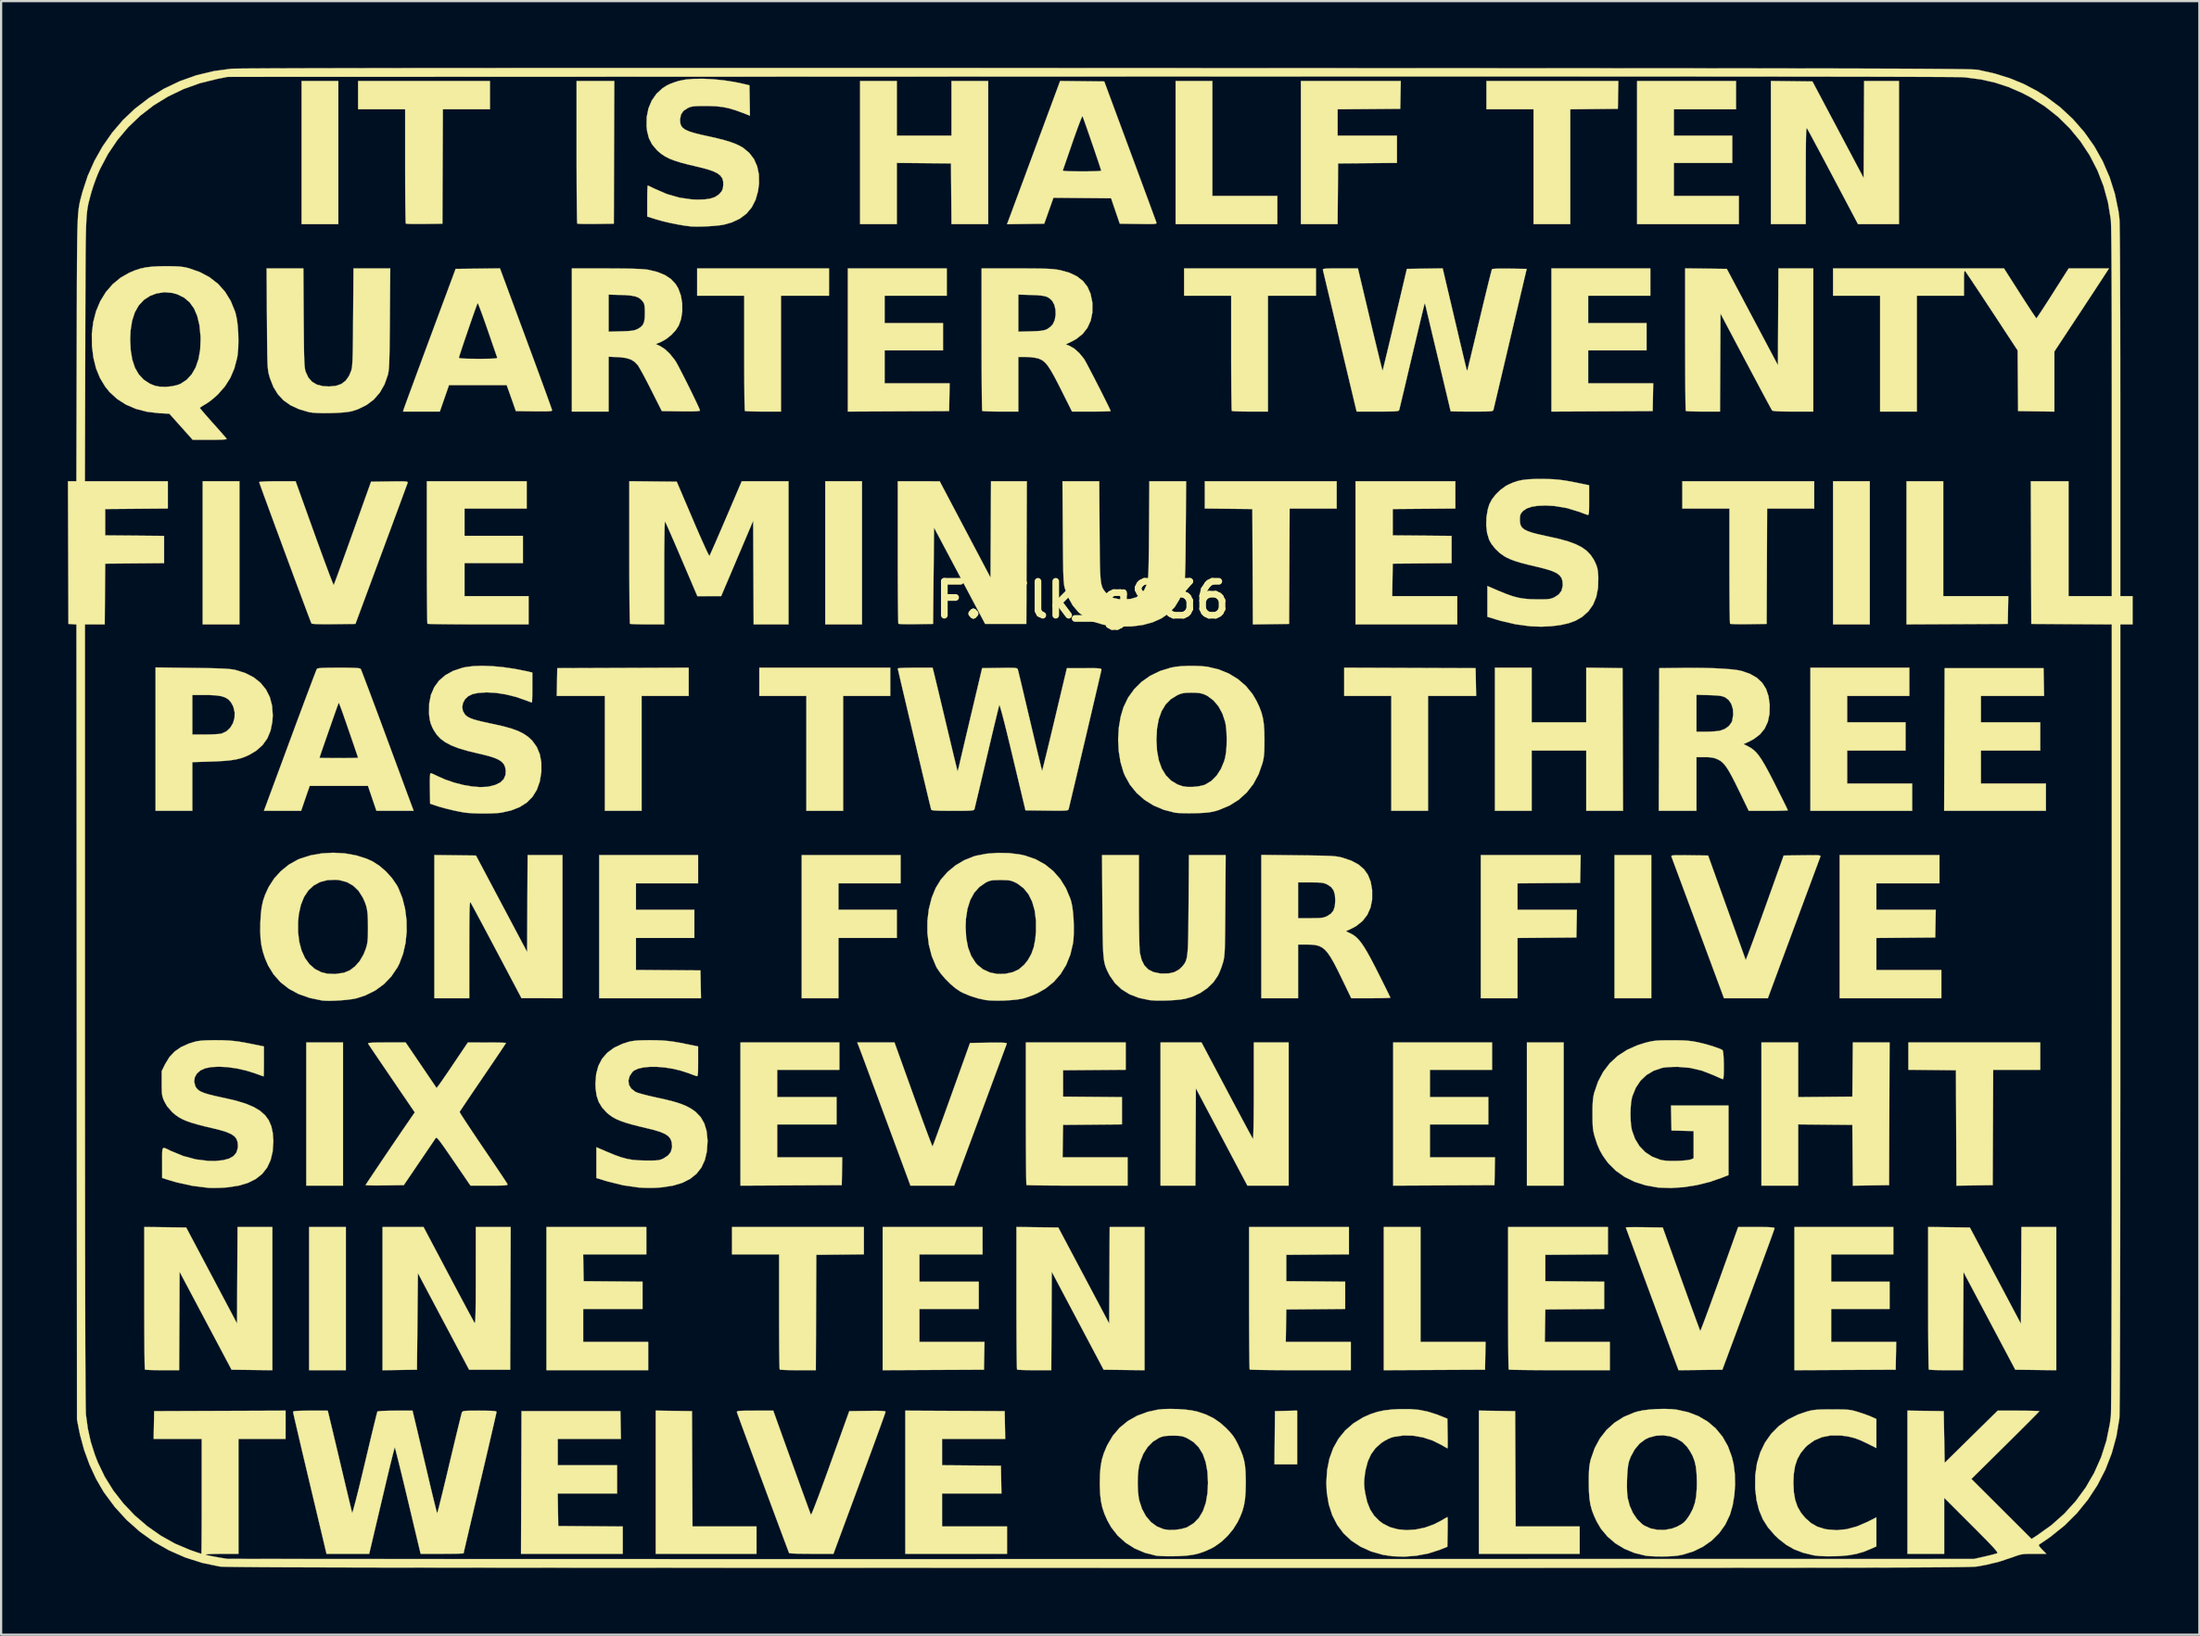
<source format=kicad_pcb>
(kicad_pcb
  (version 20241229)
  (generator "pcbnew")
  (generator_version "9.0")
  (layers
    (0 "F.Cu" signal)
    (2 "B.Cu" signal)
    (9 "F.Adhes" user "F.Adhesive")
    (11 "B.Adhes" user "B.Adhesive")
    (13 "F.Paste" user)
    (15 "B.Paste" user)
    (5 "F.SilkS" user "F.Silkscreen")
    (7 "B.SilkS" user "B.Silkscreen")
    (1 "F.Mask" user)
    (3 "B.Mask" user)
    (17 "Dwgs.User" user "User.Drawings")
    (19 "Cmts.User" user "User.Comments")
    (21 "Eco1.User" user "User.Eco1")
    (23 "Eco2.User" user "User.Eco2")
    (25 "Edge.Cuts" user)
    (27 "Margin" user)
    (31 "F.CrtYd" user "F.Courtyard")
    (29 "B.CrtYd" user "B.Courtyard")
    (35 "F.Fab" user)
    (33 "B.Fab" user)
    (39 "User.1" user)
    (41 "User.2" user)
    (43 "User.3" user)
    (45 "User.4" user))
  (footprint "F.Silk_g836"
    (layer "F.Cu")
    (at 45.599 23.918)
    (property "Reference" "F.Silk_g836" (at 0 0 0) (layer "F.SilkS") (effects (font (size 1.524 1.524) (thickness 0.3))))
    (attr through_hole)
    (fp_poly (pts (xy -37.888 1.101) (xy -39.539 1.101) (xy -39.539 -5.334) (xy -37.888 -5.334) (xy -37.888 1.101)) (stroke (width 0.01) (type solid)) (fill yes) (layer "F.SilkS"))
    (fp_poly (pts (xy -33.443 -16.891) (xy -35.094 -16.891) (xy -35.094 -23.326) (xy -33.443 -23.326) (xy -33.443 -16.891)) (stroke (width 0.01) (type solid)) (fill yes) (layer "F.SilkS"))
    (fp_poly (pts (xy -33.232 26.331) (xy -34.883 26.331) (xy -34.883 19.897) (xy -33.232 19.897) (xy -33.232 26.331)) (stroke (width 0.01) (type solid)) (fill yes) (layer "F.SilkS"))
    (fp_poly (pts (xy -33.105 34.629) (xy -34.756 34.629) (xy -34.756 28.194) (xy -33.105 28.194) (xy -33.105 34.629)) (stroke (width 0.01) (type solid)) (fill yes) (layer "F.SilkS"))
    (fp_poly (pts (xy -9.906 1.101) (xy -11.557 1.101) (xy -11.557 -5.334) (xy -9.906 -5.334) (xy -9.906 1.101)) (stroke (width 0.01) (type solid)) (fill yes) (layer "F.SilkS"))
    (fp_poly (pts (xy 21.632 26.331) (xy 19.981 26.331) (xy 19.981 19.897) (xy 21.632 19.897) (xy 21.632 26.331)) (stroke (width 0.01) (type solid)) (fill yes) (layer "F.SilkS"))
    (fp_poly (pts (xy 25.569 17.907) (xy 23.918 17.907) (xy 23.918 11.472) (xy 25.569 11.472) (xy 25.569 17.907)) (stroke (width 0.01) (type solid)) (fill yes) (layer "F.SilkS"))
    (fp_poly (pts (xy 35.391 1.101) (xy 33.74 1.101) (xy 33.74 -5.334) (xy 35.391 -5.334) (xy 35.391 1.101)) (stroke (width 0.01) (type solid)) (fill yes) (layer "F.SilkS"))
    (fp_poly (pts (xy 5.842 -18.161) (xy 8.763 -18.161) (xy 8.763 -16.891) (xy 4.191 -16.891) (xy 4.191 -23.326) (xy 5.842 -23.326) (xy 5.842 -18.161)) (stroke (width 0.01) (type solid)) (fill yes) (layer "F.SilkS"))
    (fp_poly (pts (xy 9.652 38.862) (xy 8.635 38.862) (xy 8.646 37.666) (xy 8.657 36.47) (xy 9.155 36.458) (xy 9.652 36.446) (xy 9.652 38.862)) (stroke (width 0.01) (type solid)) (fill yes) (layer "F.SilkS"))
    (fp_poly (pts (xy 15.198 33.359) (xy 18.121 33.359) (xy 18.098 34.608) (xy 13.547 34.629) (xy 13.547 28.194) (xy 15.198 28.194) (xy 15.198 33.359)) (stroke (width 0.01) (type solid)) (fill yes) (layer "F.SilkS"))
    (fp_poly (pts (xy 38.693 -0.169) (xy 41.616 -0.169) (xy 41.593 1.079) (xy 37.042 1.101) (xy 37.042 -5.334) (xy 38.693 -5.334) (xy 38.693 -0.169)) (stroke (width 0.01) (type solid)) (fill yes) (layer "F.SilkS"))
    (fp_poly (pts (xy 18.637 36.459) (xy 19.452 36.47) (xy 19.474 41.656) (xy 22.352 41.656) (xy 22.352 42.884) (xy 17.822 42.884) (xy 17.822 36.447) (xy 18.637 36.459)) (stroke (width 0.01) (type solid)) (fill yes) (layer "F.SilkS"))
    (fp_poly (pts (xy -18.362 36.459) (xy -17.547 36.47) (xy -17.536 39.063) (xy -17.525 41.656) (xy -14.647 41.656) (xy -14.647 42.884) (xy -19.177 42.884) (xy -19.177 36.447) (xy -18.362 36.459)) (stroke (width 0.01) (type solid)) (fill yes) (layer "F.SilkS"))
    (fp_poly (pts (xy -17.695 4.318) (xy -19.812 4.318) (xy -19.812 9.483) (xy -21.463 9.483) (xy -21.463 4.318) (xy -23.624 4.318) (xy -23.601 3.069) (xy -17.695 3.047) (xy -17.695 4.318)) (stroke (width 0.01) (type solid)) (fill yes) (layer "F.SilkS"))
    (fp_poly (pts (xy -8.636 4.318) (xy -10.753 4.318) (xy -10.753 9.483) (xy -12.404 9.483) (xy -12.404 4.318) (xy -14.52 4.318) (xy -14.52 3.048) (xy -8.636 3.048) (xy -8.636 4.318)) (stroke (width 0.01) (type solid)) (fill yes) (layer "F.SilkS"))
    (fp_poly (pts (xy 17.674 3.069) (xy 17.698 4.318) (xy 15.536 4.318) (xy 15.536 9.483) (xy 13.885 9.483) (xy 13.885 4.318) (xy 11.769 4.318) (xy 11.769 3.047) (xy 17.674 3.069)) (stroke (width 0.01) (type solid)) (fill yes) (layer "F.SilkS"))
    (fp_poly (pts (xy -8.17 12.742) (xy -10.964 12.742) (xy -10.964 13.928) (xy -8.34 13.928) (xy -8.34 15.198) (xy -10.964 15.198) (xy -10.964 17.907) (xy -12.615 17.907) (xy -12.615 11.472) (xy -8.17 11.472) (xy -8.17 12.742)) (stroke (width 0.01) (type solid)) (fill yes) (layer "F.SilkS"))
    (fp_poly (pts (xy 11.43 -4.106) (xy 9.314 -4.106) (xy 9.292 1.079) (xy 7.663 1.102) (xy 7.652 -1.491) (xy 7.641 -4.085) (xy 6.572 -4.096) (xy 5.503 -4.108) (xy 5.503 -5.334) (xy 11.43 -5.334) (xy 11.43 -4.106)) (stroke (width 0.01) (type solid)) (fill yes) (layer "F.SilkS"))
    (fp_poly (pts (xy 24.078 -22.701) (xy 24.067 -22.077) (xy 22.998 -22.066) (xy 21.929 -22.054) (xy 21.929 -16.891) (xy 20.278 -16.891) (xy 20.278 -22.056) (xy 18.161 -22.056) (xy 18.161 -23.326) (xy 24.09 -23.326) (xy 24.078 -22.701)) (stroke (width 0.01) (type solid)) (fill yes) (layer "F.SilkS"))
    (fp_poly (pts (xy 22.385 12.097) (xy 22.373 12.721) (xy 19.558 12.743) (xy 19.558 13.928) (xy 22.227 13.928) (xy 22.204 15.177) (xy 20.881 15.188) (xy 19.558 15.199) (xy 19.558 17.907) (xy 17.907 17.907) (xy 17.907 11.472) (xy 22.397 11.472) (xy 22.385 12.097)) (stroke (width 0.01) (type solid)) (fill yes) (layer "F.SilkS"))
    (fp_poly (pts (xy 29.379 -22.056) (xy 26.585 -22.056) (xy 26.585 -20.87) (xy 29.21 -20.87) (xy 29.21 -19.643) (xy 26.585 -19.643) (xy 26.585 -18.161) (xy 29.506 -18.161) (xy 29.506 -16.891) (xy 24.934 -16.891) (xy 24.934 -23.326) (xy 29.379 -23.326) (xy 29.379 -22.056)) (stroke (width 0.01) (type solid)) (fill yes) (layer "F.SilkS"))
    (fp_poly (pts (xy 37.169 4.318) (xy 34.375 4.318) (xy 34.375 5.503) (xy 36.999 5.503) (xy 36.999 6.773) (xy 34.375 6.773) (xy 34.375 8.255) (xy 37.296 8.255) (xy 37.296 9.483) (xy 32.724 9.483) (xy 32.724 3.048) (xy 37.169 3.048) (xy 37.169 4.318)) (stroke (width 0.01) (type solid)) (fill yes) (layer "F.SilkS"))
    (fp_poly (pts (xy 43.053 21.124) (xy 40.937 21.124) (xy 40.926 23.717) (xy 40.915 26.31) (xy 40.101 26.322) (xy 39.286 26.333) (xy 39.275 23.739) (xy 39.264 21.145) (xy 38.195 21.134) (xy 37.126 21.123) (xy 37.126 19.897) (xy 43.053 19.897) (xy 43.053 21.124)) (stroke (width 0.01) (type solid)) (fill yes) (layer "F.SilkS"))
    (fp_poly (pts (xy -19.6 29.422) (xy -22.439 29.422) (xy -22.416 30.628) (xy -21.093 30.639) (xy -19.77 30.651) (xy -19.77 31.877) (xy -22.437 31.877) (xy -22.437 33.359) (xy -19.516 33.359) (xy -19.516 34.629) (xy -24.088 34.629) (xy -24.088 28.194) (xy -19.6 28.194) (xy -19.6 29.422)) (stroke (width 0.01) (type solid)) (fill yes) (layer "F.SilkS"))
    (fp_poly (pts (xy -17.272 12.742) (xy -20.066 12.742) (xy -20.066 13.928) (xy -17.441 13.928) (xy -17.441 15.198) (xy -20.066 15.198) (xy -20.066 16.636) (xy -18.616 16.647) (xy -17.166 16.658) (xy -17.143 17.907) (xy -21.717 17.907) (xy -21.717 11.472) (xy -17.272 11.472) (xy -17.272 12.742)) (stroke (width 0.01) (type solid)) (fill yes) (layer "F.SilkS"))
    (fp_poly (pts (xy -4.487 29.422) (xy -7.324 29.422) (xy -7.324 30.649) (xy -4.657 30.649) (xy -4.657 31.877) (xy -7.324 31.877) (xy -7.324 33.359) (xy -4.4 33.359) (xy -4.424 34.608) (xy -6.699 34.618) (xy -8.975 34.629) (xy -8.975 28.194) (xy -4.487 28.194) (xy -4.487 29.422)) (stroke (width 0.01) (type solid)) (fill yes) (layer "F.SilkS"))
    (fp_poly (pts (xy 14.299 -22.701) (xy 14.287 -22.077) (xy 12.88 -22.066) (xy 11.472 -22.055) (xy 11.472 -20.87) (xy 14.139 -20.87) (xy 14.139 -19.644) (xy 12.816 -19.633) (xy 11.493 -19.622) (xy 11.471 -16.891) (xy 9.821 -16.891) (xy 9.821 -23.326) (xy 14.311 -23.326) (xy 14.299 -22.701)) (stroke (width 0.01) (type solid)) (fill yes) (layer "F.SilkS"))
    (fp_poly (pts (xy 36.449 29.422) (xy 33.655 29.422) (xy 33.655 30.649) (xy 36.28 30.649) (xy 36.28 31.877) (xy 33.655 31.877) (xy 33.655 33.359) (xy 36.578 33.359) (xy 36.555 34.608) (xy 34.279 34.618) (xy 32.004 34.629) (xy 32.004 28.194) (xy 36.449 28.194) (xy 36.449 29.422)) (stroke (width 0.01) (type solid)) (fill yes) (layer "F.SilkS"))
    (fp_poly (pts (xy 38.523 12.742) (xy 35.687 12.742) (xy 35.687 13.928) (xy 38.356 13.928) (xy 38.333 15.177) (xy 37.01 15.188) (xy 35.687 15.199) (xy 35.687 16.637) (xy 38.608 16.637) (xy 38.608 17.907) (xy 34.036 17.907) (xy 34.036 11.472) (xy 38.523 11.472) (xy 38.523 12.742)) (stroke (width 0.01) (type solid)) (fill yes) (layer "F.SilkS"))
    (fp_poly (pts (xy 43.225 4.318) (xy 40.386 4.318) (xy 40.386 5.503) (xy 43.053 5.503) (xy 43.053 6.773) (xy 40.386 6.773) (xy 40.386 8.255) (xy 43.307 8.255) (xy 43.307 9.483) (xy 38.734 9.483) (xy 38.745 6.276) (xy 38.756 3.069) (xy 43.201 3.069) (xy 43.225 4.318)) (stroke (width 0.01) (type solid)) (fill yes) (layer "F.SilkS"))
    (fp_poly (pts (xy -20.741 37.719) (xy -23.58 37.719) (xy -23.58 38.904) (xy -20.913 38.904) (xy -20.913 40.174) (xy -23.582 40.174) (xy -23.558 41.635) (xy -22.109 41.646) (xy -20.659 41.657) (xy -20.659 42.884) (xy -25.231 42.884) (xy -25.22 39.677) (xy -25.209 36.47) (xy -20.765 36.47) (xy -20.741 37.719)) (stroke (width 0.01) (type solid)) (fill yes) (layer "F.SilkS"))
    (fp_poly (pts (xy -10.922 21.124) (xy -13.716 21.124) (xy -13.716 22.352) (xy -11.049 22.352) (xy -11.049 23.58) (xy -13.716 23.58) (xy -13.716 25.061) (xy -10.793 25.061) (xy -10.804 25.686) (xy -10.816 26.31) (xy -13.092 26.321) (xy -15.367 26.332) (xy -15.367 19.897) (xy -10.922 19.897) (xy -10.922 21.124)) (stroke (width 0.01) (type solid)) (fill yes) (layer "F.SilkS"))
    (fp_poly (pts (xy -8.34 -20.87) (xy -5.884 -20.87) (xy -5.884 -23.326) (xy -4.233 -23.326) (xy -4.233 -16.891) (xy -5.883 -16.891) (xy -5.894 -18.256) (xy -5.905 -19.622) (xy -7.123 -19.633) (xy -8.34 -19.644) (xy -8.34 -16.891) (xy -9.991 -16.891) (xy -9.991 -23.326) (xy -8.34 -23.326) (xy -8.34 -20.87)) (stroke (width 0.01) (type solid)) (fill yes) (layer "F.SilkS"))
    (fp_poly (pts (xy -6.096 -13.674) (xy -8.89 -13.674) (xy -8.89 -12.446) (xy -6.265 -12.446) (xy -6.265 -11.218) (xy -8.89 -11.218) (xy -8.89 -9.737) (xy -5.967 -9.737) (xy -5.978 -9.112) (xy -5.99 -8.488) (xy -8.266 -8.477) (xy -10.541 -8.466) (xy -10.541 -14.901) (xy -6.096 -14.901) (xy -6.096 -13.674)) (stroke (width 0.01) (type solid)) (fill yes) (layer "F.SilkS"))
    (fp_poly (pts (xy 18.415 21.124) (xy 15.621 21.124) (xy 15.621 22.352) (xy 18.246 22.352) (xy 18.246 23.58) (xy 15.621 23.58) (xy 15.621 25.061) (xy 18.544 25.061) (xy 18.533 25.686) (xy 18.521 26.31) (xy 16.245 26.321) (xy 13.97 26.332) (xy 13.97 19.897) (xy 18.415 19.897) (xy 18.415 21.124)) (stroke (width 0.01) (type solid)) (fill yes) (layer "F.SilkS"))
    (fp_poly (pts (xy 23.463 3.058) (xy 24.278 3.069) (xy 24.289 6.276) (xy 24.3 9.483) (xy 22.648 9.483) (xy 22.648 6.773) (xy 20.193 6.773) (xy 20.193 9.483) (xy 18.542 9.483) (xy 18.542 3.048) (xy 20.193 3.048) (xy 20.193 5.503) (xy 22.648 5.503) (xy 22.648 3.046) (xy 23.463 3.058)) (stroke (width 0.01) (type solid)) (fill yes) (layer "F.SilkS"))
    (fp_poly (pts (xy 25.527 -13.674) (xy 22.733 -13.674) (xy 22.733 -12.446) (xy 25.358 -12.446) (xy 25.358 -11.218) (xy 22.733 -11.218) (xy 22.733 -9.737) (xy 25.656 -9.737) (xy 25.645 -9.112) (xy 25.633 -8.488) (xy 23.357 -8.477) (xy 21.082 -8.466) (xy 21.082 -14.901) (xy 25.527 -14.901) (xy 25.527 -13.674)) (stroke (width 0.01) (type solid)) (fill yes) (layer "F.SilkS"))
    (fp_poly (pts (xy -5.726 36.459) (xy -3.493 36.47) (xy -3.469 37.719) (xy -6.308 37.719) (xy -6.308 38.903) (xy -4.985 38.914) (xy -3.662 38.925) (xy -3.65 39.55) (xy -3.638 40.174) (xy -6.308 40.174) (xy -6.308 41.656) (xy -3.387 41.656) (xy -3.387 42.884) (xy -7.959 42.884) (xy -7.959 36.448) (xy -5.726 36.459)) (stroke (width 0.01) (type solid)) (fill yes) (layer "F.SilkS"))
    (fp_poly (pts (xy 16.764 -4.107) (xy 15.356 -4.096) (xy 13.949 -4.085) (xy 13.949 -2.9) (xy 15.272 -2.889) (xy 16.595 -2.877) (xy 16.595 -1.652) (xy 15.272 -1.641) (xy 13.949 -1.63) (xy 13.926 -0.169) (xy 16.849 -0.169) (xy 16.849 1.101) (xy 12.277 1.101) (xy 12.277 -5.334) (xy 16.764 -5.334) (xy 16.764 -4.107)) (stroke (width 0.01) (type solid)) (fill yes) (layer "F.SilkS"))
    (fp_poly (pts (xy 32.173 22.353) (xy 33.39 22.342) (xy 34.608 22.331) (xy 34.619 21.114) (xy 34.63 19.897) (xy 36.28 19.897) (xy 36.258 26.31) (xy 35.444 26.322) (xy 34.63 26.333) (xy 34.619 24.967) (xy 34.608 23.601) (xy 33.39 23.59) (xy 32.173 23.578) (xy 32.173 26.331) (xy 30.522 26.331) (xy 30.522 19.897) (xy 32.173 19.897) (xy 32.173 22.353)) (stroke (width 0.01) (type solid)) (fill yes) (layer "F.SilkS"))
    (fp_poly (pts (xy -21.05 -20.119) (xy -21.061 -16.912) (xy -21.868 -16.901) (xy -22.121 -16.899) (xy -22.345 -16.9) (xy -22.526 -16.903) (xy -22.65 -16.909) (xy -22.703 -16.918) (xy -22.704 -16.918) (xy -22.709 -16.964) (xy -22.713 -17.088) (xy -22.717 -17.284) (xy -22.721 -17.544) (xy -22.724 -17.863) (xy -22.727 -18.233) (xy -22.73 -18.648) (xy -22.731 -19.102) (xy -22.733 -19.587) (xy -22.733 -20.098) (xy -22.733 -20.137) (xy -22.733 -23.326) (xy -21.039 -23.326) (xy -21.05 -20.119)) (stroke (width 0.01) (type solid)) (fill yes) (layer "F.SilkS"))
    (fp_poly (pts (xy -26.628 -22.056) (xy -28.744 -22.056) (xy -28.765 -16.912) (xy -29.572 -16.901) (xy -29.826 -16.899) (xy -30.05 -16.9) (xy -30.23 -16.903) (xy -30.354 -16.909) (xy -30.408 -16.918) (xy -30.409 -16.918) (xy -30.414 -16.965) (xy -30.419 -17.088) (xy -30.423 -17.282) (xy -30.427 -17.538) (xy -30.431 -17.849) (xy -30.434 -18.208) (xy -30.436 -18.606) (xy -30.437 -19.038) (xy -30.438 -19.495) (xy -30.438 -22.056) (xy -32.554 -22.056) (xy -32.554 -23.326) (xy -26.628 -23.326) (xy -26.628 -22.056)) (stroke (width 0.01) (type solid)) (fill yes) (layer "F.SilkS"))
    (fp_poly (pts (xy -11.388 -13.674) (xy -13.547 -13.674) (xy -13.547 -8.467) (xy -14.344 -8.467) (xy -14.596 -8.468) (xy -14.818 -8.472) (xy -14.996 -8.478) (xy -15.118 -8.486) (xy -15.169 -8.495) (xy -15.169 -8.495) (xy -15.174 -8.541) (xy -15.179 -8.665) (xy -15.184 -8.858) (xy -15.188 -9.114) (xy -15.191 -9.425) (xy -15.194 -9.784) (xy -15.196 -10.184) (xy -15.197 -10.616) (xy -15.198 -11.074) (xy -15.198 -11.098) (xy -15.198 -13.674) (xy -17.314 -13.674) (xy -17.314 -14.901) (xy -11.388 -14.901) (xy -11.388 -13.674)) (stroke (width 0.01) (type solid)) (fill yes) (layer "F.SilkS"))
    (fp_poly (pts (xy 10.499 -13.674) (xy 8.34 -13.674) (xy 8.34 -8.467) (xy 7.542 -8.467) (xy 7.291 -8.468) (xy 7.069 -8.472) (xy 6.89 -8.478) (xy 6.768 -8.486) (xy 6.717 -8.495) (xy 6.717 -8.495) (xy 6.712 -8.541) (xy 6.707 -8.665) (xy 6.703 -8.858) (xy 6.699 -9.114) (xy 6.695 -9.425) (xy 6.693 -9.784) (xy 6.691 -10.184) (xy 6.689 -10.616) (xy 6.689 -11.074) (xy 6.689 -11.098) (xy 6.689 -13.674) (xy 4.572 -13.674) (xy 4.572 -14.901) (xy 10.499 -14.901) (xy 10.499 -13.674)) (stroke (width 0.01) (type solid)) (fill yes) (layer "F.SilkS"))
    (fp_poly (pts (xy 32.893 -4.106) (xy 30.777 -4.106) (xy 30.755 1.079) (xy 29.948 1.091) (xy 29.695 1.093) (xy 29.471 1.092) (xy 29.29 1.088) (xy 29.166 1.082) (xy 29.113 1.074) (xy 29.112 1.073) (xy 29.107 1.027) (xy 29.102 0.903) (xy 29.098 0.71) (xy 29.093 0.453) (xy 29.09 0.142) (xy 29.087 -0.217) (xy 29.085 -0.616) (xy 29.084 -1.049) (xy 29.083 -1.507) (xy 29.083 -1.531) (xy 29.083 -4.106) (xy 26.966 -4.106) (xy 26.966 -5.334) (xy 32.893 -5.334) (xy 32.893 -4.106)) (stroke (width 0.01) (type solid)) (fill yes) (layer "F.SilkS"))
    (fp_poly (pts (xy -9.821 29.42) (xy -10.89 29.432) (xy -11.959 29.443) (xy -11.97 32.036) (xy -11.981 34.629) (xy -12.778 34.629) (xy -13.03 34.627) (xy -13.252 34.623) (xy -13.43 34.617) (xy -13.552 34.609) (xy -13.603 34.601) (xy -13.603 34.6) (xy -13.608 34.554) (xy -13.613 34.431) (xy -13.617 34.237) (xy -13.621 33.981) (xy -13.625 33.67) (xy -13.627 33.311) (xy -13.629 32.912) (xy -13.631 32.479) (xy -13.631 32.021) (xy -13.631 31.997) (xy -13.631 29.422) (xy -15.748 29.422) (xy -15.748 28.194) (xy -9.821 28.194) (xy -9.821 29.42)) (stroke (width 0.01) (type solid)) (fill yes) (layer "F.SilkS"))
    (fp_poly (pts (xy 6.493 22.045) (xy 6.702 22.44) (xy 6.901 22.813) (xy 7.084 23.156) (xy 7.249 23.465) (xy 7.391 23.73) (xy 7.508 23.947) (xy 7.596 24.108) (xy 7.651 24.205) (xy 7.668 24.234) (xy 7.675 24.201) (xy 7.682 24.09) (xy 7.688 23.909) (xy 7.694 23.663) (xy 7.698 23.36) (xy 7.701 23.007) (xy 7.704 22.61) (xy 7.705 22.176) (xy 7.705 22.085) (xy 7.705 19.897) (xy 9.271 19.897) (xy 9.271 26.331) (xy 7.417 26.331) (xy 6.259 24.145) (xy 5.101 21.958) (xy 5.079 26.331) (xy 3.514 26.331) (xy 3.514 19.897) (xy 5.355 19.897) (xy 6.493 22.045)) (stroke (width 0.01) (type solid)) (fill yes) (layer "F.SilkS"))
    (fp_poly (pts (xy -40.281 28.215) (xy -39.137 30.374) (xy -37.994 32.532) (xy -37.983 30.363) (xy -37.972 28.194) (xy -36.407 28.194) (xy -36.407 34.63) (xy -37.324 34.619) (xy -38.241 34.608) (xy -39.409 32.406) (xy -40.577 30.205) (xy -40.587 32.417) (xy -40.598 34.629) (xy -41.353 34.629) (xy -41.598 34.627) (xy -41.812 34.623) (xy -41.983 34.617) (xy -42.096 34.609) (xy -42.136 34.6) (xy -42.14 34.555) (xy -42.145 34.431) (xy -42.149 34.235) (xy -42.152 33.975) (xy -42.156 33.657) (xy -42.158 33.287) (xy -42.161 32.871) (xy -42.162 32.418) (xy -42.164 31.933) (xy -42.164 31.422) (xy -42.164 31.382) (xy -42.164 28.192) (xy -40.281 28.215)) (stroke (width 0.01) (type solid)) (fill yes) (layer "F.SilkS"))
    (fp_poly (pts (xy -2.508 -2.127) (xy -2.519 1.079) (xy -4.371 1.079) (xy -5.519 -1.085) (xy -6.668 -3.25) (xy -6.71 1.079) (xy -7.474 1.091) (xy -7.721 1.093) (xy -7.937 1.092) (xy -8.11 1.088) (xy -8.225 1.081) (xy -8.268 1.073) (xy -8.273 1.027) (xy -8.277 0.903) (xy -8.281 0.708) (xy -8.285 0.447) (xy -8.289 0.129) (xy -8.292 -0.241) (xy -8.294 -0.657) (xy -8.296 -1.11) (xy -8.297 -1.596) (xy -8.297 -2.106) (xy -8.297 -2.145) (xy -8.297 -5.334) (xy -7.355 -5.333) (xy -6.413 -5.331) (xy -5.271 -3.166) (xy -4.128 -1.001) (xy -4.117 -3.167) (xy -4.106 -5.334) (xy -2.497 -5.334) (xy -2.508 -2.127)) (stroke (width 0.01) (type solid)) (fill yes) (layer "F.SilkS"))
    (fp_poly (pts (xy -2.023 28.204) (xy -1.083 28.215) (xy 0.062 30.374) (xy 1.206 32.533) (xy 1.217 30.364) (xy 1.228 28.194) (xy 2.794 28.194) (xy 2.794 34.63) (xy 1.875 34.619) (xy 0.956 34.608) (xy -0.21 32.406) (xy -1.376 30.205) (xy -1.398 34.629) (xy -2.152 34.629) (xy -2.397 34.627) (xy -2.612 34.623) (xy -2.782 34.617) (xy -2.895 34.609) (xy -2.935 34.6) (xy -2.94 34.555) (xy -2.944 34.431) (xy -2.948 34.235) (xy -2.952 33.975) (xy -2.955 33.657) (xy -2.958 33.287) (xy -2.96 32.871) (xy -2.962 32.418) (xy -2.963 31.933) (xy -2.963 31.422) (xy -2.963 31.382) (xy -2.963 28.192) (xy -2.023 28.204)) (stroke (width 0.01) (type solid)) (fill yes) (layer "F.SilkS"))
    (fp_poly (pts (xy 39.889 28.215) (xy 41.037 30.38) (xy 42.185 32.545) (xy 42.196 30.369) (xy 42.207 28.194) (xy 43.773 28.194) (xy 43.773 34.63) (xy 42.852 34.619) (xy 41.931 34.608) (xy 40.767 32.413) (xy 39.603 30.218) (xy 39.592 32.423) (xy 39.581 34.629) (xy 38.826 34.629) (xy 38.582 34.627) (xy 38.367 34.623) (xy 38.196 34.617) (xy 38.084 34.609) (xy 38.044 34.6) (xy 38.039 34.555) (xy 38.035 34.431) (xy 38.031 34.235) (xy 38.027 33.975) (xy 38.024 33.657) (xy 38.021 33.287) (xy 38.019 32.871) (xy 38.017 32.418) (xy 38.016 31.933) (xy 38.015 31.422) (xy 38.015 31.382) (xy 38.015 28.192) (xy 39.889 28.215)) (stroke (width 0.01) (type solid)) (fill yes) (layer "F.SilkS"))
    (fp_poly (pts (xy -28.191 11.482) (xy -27.256 11.493) (xy -26.106 13.662) (xy -24.956 15.83) (xy -24.934 11.472) (xy -23.368 11.472) (xy -23.368 17.907) (xy -24.289 17.906) (xy -25.209 17.905) (xy -26.331 15.784) (xy -26.54 15.39) (xy -26.737 15.018) (xy -26.92 14.674) (xy -27.085 14.366) (xy -27.228 14.099) (xy -27.345 13.882) (xy -27.433 13.72) (xy -27.488 13.622) (xy -27.505 13.594) (xy -27.517 13.594) (xy -27.527 13.633) (xy -27.535 13.715) (xy -27.542 13.847) (xy -27.547 14.032) (xy -27.551 14.278) (xy -27.554 14.59) (xy -27.556 14.972) (xy -27.557 15.43) (xy -27.558 15.716) (xy -27.559 17.907) (xy -29.125 17.907) (xy -29.125 11.471) (xy -28.191 11.482)) (stroke (width 0.01) (type solid)) (fill yes) (layer "F.SilkS"))
    (fp_poly (pts (xy -24.977 -4.106) (xy -27.771 -4.106) (xy -27.771 -2.879) (xy -25.146 -2.879) (xy -25.146 -1.651) (xy -27.771 -1.651) (xy -27.771 -0.169) (xy -24.892 -0.169) (xy -24.892 1.101) (xy -27.15 1.101) (xy -27.579 1.1) (xy -27.983 1.099) (xy -28.353 1.096) (xy -28.682 1.093) (xy -28.961 1.089) (xy -29.183 1.085) (xy -29.34 1.08) (xy -29.424 1.075) (xy -29.436 1.072) (xy -29.44 1.027) (xy -29.445 0.903) (xy -29.449 0.707) (xy -29.452 0.447) (xy -29.456 0.129) (xy -29.458 -0.241) (xy -29.461 -0.657) (xy -29.462 -1.11) (xy -29.464 -1.595) (xy -29.464 -2.106) (xy -29.464 -2.145) (xy -29.464 -5.334) (xy -24.977 -5.334) (xy -24.977 -4.106)) (stroke (width 0.01) (type solid)) (fill yes) (layer "F.SilkS"))
    (fp_poly (pts (xy 31.88 -23.316) (xy 32.814 -23.305) (xy 35.115 -18.966) (xy 35.126 -21.146) (xy 35.137 -23.326) (xy 36.703 -23.326) (xy 36.703 -16.891) (xy 35.782 -16.892) (xy 34.861 -16.893) (xy 33.74 -19.013) (xy 33.531 -19.407) (xy 33.334 -19.779) (xy 33.151 -20.123) (xy 32.986 -20.431) (xy 32.843 -20.698) (xy 32.726 -20.916) (xy 32.638 -21.077) (xy 32.583 -21.176) (xy 32.566 -21.203) (xy 32.554 -21.203) (xy 32.544 -21.165) (xy 32.536 -21.083) (xy 32.529 -20.952) (xy 32.524 -20.766) (xy 32.52 -20.52) (xy 32.517 -20.209) (xy 32.515 -19.827) (xy 32.514 -19.369) (xy 32.513 -19.082) (xy 32.512 -16.891) (xy 30.946 -16.891) (xy 30.946 -23.327) (xy 31.88 -23.316)) (stroke (width 0.01) (type solid)) (fill yes) (layer "F.SilkS"))
    (fp_poly (pts (xy -25.718 34.608) (xy -27.563 34.608) (xy -28.715 32.436) (xy -29.866 30.265) (xy -29.887 32.436) (xy -29.909 34.608) (xy -30.681 34.619) (xy -31.454 34.631) (xy -31.454 28.194) (xy -30.533 28.195) (xy -29.612 28.195) (xy -28.49 30.316) (xy -28.282 30.709) (xy -28.084 31.081) (xy -27.901 31.425) (xy -27.736 31.734) (xy -27.594 32) (xy -27.476 32.218) (xy -27.388 32.38) (xy -27.334 32.478) (xy -27.317 32.506) (xy -27.305 32.506) (xy -27.295 32.468) (xy -27.287 32.386) (xy -27.28 32.255) (xy -27.274 32.069) (xy -27.27 31.824) (xy -27.267 31.513) (xy -27.265 31.131) (xy -27.264 30.673) (xy -27.264 30.385) (xy -27.263 28.194) (xy -25.696 28.194) (xy -25.718 34.608)) (stroke (width 0.01) (type solid)) (fill yes) (layer "F.SilkS"))
    (fp_poly (pts (xy 1.947 21.123) (xy 0.54 21.134) (xy -0.868 21.145) (xy -0.868 22.331) (xy 0.455 22.342) (xy 1.778 22.353) (xy 1.778 23.578) (xy 0.455 23.59) (xy -0.868 23.601) (xy -0.891 25.061) (xy 2.032 25.061) (xy 2.032 26.331) (xy -0.226 26.331) (xy -0.655 26.331) (xy -1.059 26.329) (xy -1.429 26.327) (xy -1.758 26.324) (xy -2.037 26.32) (xy -2.259 26.316) (xy -2.416 26.311) (xy -2.5 26.306) (xy -2.512 26.303) (xy -2.516 26.257) (xy -2.521 26.133) (xy -2.525 25.938) (xy -2.528 25.678) (xy -2.532 25.359) (xy -2.534 24.989) (xy -2.537 24.574) (xy -2.538 24.121) (xy -2.54 23.635) (xy -2.54 23.125) (xy -2.54 23.086) (xy -2.54 19.897) (xy 1.947 19.897) (xy 1.947 21.123)) (stroke (width 0.01) (type solid)) (fill yes) (layer "F.SilkS"))
    (fp_poly (pts (xy 11.98 29.421) (xy 10.573 29.432) (xy 9.165 29.443) (xy 9.165 30.628) (xy 10.488 30.639) (xy 11.811 30.651) (xy 11.811 31.876) (xy 10.488 31.887) (xy 9.165 31.898) (xy 9.142 33.359) (xy 12.065 33.359) (xy 12.065 34.629) (xy 9.807 34.629) (xy 9.378 34.628) (xy 8.974 34.627) (xy 8.604 34.624) (xy 8.275 34.621) (xy 7.996 34.617) (xy 7.774 34.613) (xy 7.617 34.608) (xy 7.533 34.603) (xy 7.521 34.6) (xy 7.517 34.555) (xy 7.512 34.431) (xy 7.508 34.235) (xy 7.505 33.975) (xy 7.501 33.657) (xy 7.499 33.287) (xy 7.496 32.871) (xy 7.495 32.418) (xy 7.493 31.933) (xy 7.493 31.422) (xy 7.493 31.383) (xy 7.493 28.194) (xy 11.98 28.194) (xy 11.98 29.421)) (stroke (width 0.01) (type solid)) (fill yes) (layer "F.SilkS"))
    (fp_poly (pts (xy 23.622 29.421) (xy 22.214 29.432) (xy 20.807 29.443) (xy 20.807 30.628) (xy 22.13 30.639) (xy 23.453 30.651) (xy 23.453 31.876) (xy 22.13 31.887) (xy 20.807 31.898) (xy 20.784 33.359) (xy 23.707 33.359) (xy 23.707 34.629) (xy 21.449 34.629) (xy 21.019 34.628) (xy 20.616 34.627) (xy 20.246 34.624) (xy 19.917 34.621) (xy 19.638 34.617) (xy 19.416 34.613) (xy 19.259 34.608) (xy 19.175 34.603) (xy 19.163 34.6) (xy 19.158 34.555) (xy 19.154 34.431) (xy 19.15 34.235) (xy 19.146 33.975) (xy 19.143 33.657) (xy 19.14 33.287) (xy 19.138 32.871) (xy 19.136 32.418) (xy 19.135 31.933) (xy 19.135 31.422) (xy 19.135 31.383) (xy 19.135 28.194) (xy 23.622 28.194) (xy 23.622 29.421)) (stroke (width 0.01) (type solid)) (fill yes) (layer "F.SilkS"))
    (fp_poly (pts (xy 28.029 -14.892) (xy 28.965 -14.88) (xy 30.114 -12.714) (xy 31.263 -10.548) (xy 31.274 -12.725) (xy 31.285 -14.901) (xy 32.851 -14.901) (xy 32.851 -8.467) (xy 31.946 -8.467) (xy 31.621 -8.468) (xy 31.374 -8.473) (xy 31.196 -8.481) (xy 31.078 -8.493) (xy 31.014 -8.509) (xy 30.999 -8.52) (xy 30.972 -8.566) (xy 30.91 -8.68) (xy 30.815 -8.856) (xy 30.691 -9.085) (xy 30.542 -9.363) (xy 30.373 -9.681) (xy 30.185 -10.033) (xy 29.984 -10.412) (xy 29.819 -10.722) (xy 28.681 -12.872) (xy 28.659 -8.467) (xy 27.904 -8.467) (xy 27.66 -8.468) (xy 27.445 -8.472) (xy 27.274 -8.479) (xy 27.162 -8.487) (xy 27.122 -8.495) (xy 27.117 -8.541) (xy 27.113 -8.665) (xy 27.109 -8.86) (xy 27.105 -9.12) (xy 27.102 -9.439) (xy 27.099 -9.809) (xy 27.097 -10.224) (xy 27.095 -10.677) (xy 27.094 -11.163) (xy 27.093 -11.673) (xy 27.093 -11.713) (xy 27.093 -14.903) (xy 28.029 -14.892)) (stroke (width 0.01) (type solid)) (fill yes) (layer "F.SilkS"))
    (fp_poly (pts (xy 45.874 -14.489) (xy 45.79 -14.361) (xy 45.667 -14.172) (xy 45.511 -13.934) (xy 45.329 -13.657) (xy 45.127 -13.351) (xy 44.914 -13.026) (xy 44.694 -12.693) (xy 44.647 -12.622) (xy 43.688 -11.167) (xy 43.688 -8.465) (xy 42.873 -8.476) (xy 42.058 -8.488) (xy 42.047 -9.852) (xy 42.036 -11.216) (xy 40.889 -12.964) (xy 40.66 -13.31) (xy 40.445 -13.637) (xy 40.247 -13.936) (xy 40.071 -14.2) (xy 39.923 -14.423) (xy 39.805 -14.597) (xy 39.724 -14.715) (xy 39.685 -14.771) (xy 39.683 -14.773) (xy 39.659 -14.787) (xy 39.643 -14.765) (xy 39.632 -14.696) (xy 39.626 -14.568) (xy 39.624 -14.372) (xy 39.624 -14.254) (xy 39.624 -13.674) (xy 37.507 -13.674) (xy 37.507 -8.467) (xy 35.856 -8.467) (xy 35.856 -13.674) (xy 33.74 -13.674) (xy 33.74 -14.901) (xy 41.423 -14.901) (xy 42.139 -13.779) (xy 42.315 -13.504) (xy 42.477 -13.254) (xy 42.619 -13.036) (xy 42.736 -12.86) (xy 42.822 -12.735) (xy 42.871 -12.668) (xy 42.88 -12.659) (xy 42.908 -12.693) (xy 42.975 -12.791) (xy 43.077 -12.943) (xy 43.206 -13.141) (xy 43.359 -13.376) (xy 43.528 -13.64) (xy 43.617 -13.781) (xy 44.33 -14.901) (xy 46.142 -14.901) (xy 45.874 -14.489)) (stroke (width 0.01) (type solid)) (fill yes) (layer "F.SilkS"))
    (fp_poly (pts (xy -40.016 3.058) (xy -39.577 3.064) (xy -39.215 3.07) (xy -38.918 3.078) (xy -38.679 3.086) (xy -38.487 3.096) (xy -38.334 3.109) (xy -38.21 3.124) (xy -38.106 3.142) (xy -38.058 3.152) (xy -37.621 3.29) (xy -37.247 3.483) (xy -36.938 3.73) (xy -36.696 4.027) (xy -36.522 4.371) (xy -36.42 4.76) (xy -36.39 5.191) (xy -36.408 5.474) (xy -36.488 5.877) (xy -36.633 6.226) (xy -36.845 6.524) (xy -37.127 6.776) (xy -37.444 6.966) (xy -37.635 7.052) (xy -37.828 7.12) (xy -38.039 7.172) (xy -38.283 7.211) (xy -38.572 7.239) (xy -38.923 7.259) (xy -39.169 7.268) (xy -40.005 7.294) (xy -40.005 9.483) (xy -41.656 9.483) (xy -41.656 4.276) (xy -40.005 4.276) (xy -40.005 6.054) (xy -39.423 6.053) (xy -39.194 6.05) (xy -38.983 6.041) (xy -38.809 6.028) (xy -38.696 6.013) (xy -38.683 6.009) (xy -38.471 5.909) (xy -38.3 5.748) (xy -38.177 5.542) (xy -38.108 5.305) (xy -38.101 5.056) (xy -38.16 4.808) (xy -38.18 4.763) (xy -38.271 4.6) (xy -38.382 4.477) (xy -38.526 4.387) (xy -38.713 4.327) (xy -38.956 4.292) (xy -39.265 4.277) (xy -39.418 4.276) (xy -40.005 4.276) (xy -41.656 4.276) (xy -41.656 3.037) (xy -40.016 3.058)) (stroke (width 0.01) (type solid)) (fill yes) (layer "F.SilkS"))
    (fp_poly (pts (xy -7.601 22.245) (xy -7.448 22.669) (xy -7.303 23.067) (xy -7.17 23.433) (xy -7.049 23.76) (xy -6.944 24.042) (xy -6.857 24.27) (xy -6.792 24.439) (xy -6.749 24.541) (xy -6.734 24.57) (xy -6.715 24.527) (xy -6.671 24.411) (xy -6.604 24.23) (xy -6.516 23.99) (xy -6.41 23.699) (xy -6.288 23.364) (xy -6.153 22.992) (xy -6.008 22.589) (xy -5.88 22.232) (xy -5.05 19.918) (xy -4.213 19.906) (xy -3.918 19.903) (xy -3.699 19.904) (xy -3.546 19.908) (xy -3.451 19.917) (xy -3.404 19.931) (xy -3.397 19.949) (xy -3.415 19.996) (xy -3.46 20.117) (xy -3.529 20.304) (xy -3.621 20.552) (xy -3.733 20.854) (xy -3.863 21.204) (xy -4.008 21.595) (xy -4.165 22.021) (xy -4.334 22.476) (xy -4.508 22.945) (xy -4.686 23.427) (xy -4.858 23.891) (xy -5.02 24.329) (xy -5.171 24.735) (xy -5.307 25.102) (xy -5.426 25.423) (xy -5.525 25.691) (xy -5.603 25.9) (xy -5.656 26.043) (xy -5.68 26.109) (xy -5.763 26.331) (xy -7.727 26.331) (xy -8.866 23.252) (xy -9.048 22.761) (xy -9.222 22.29) (xy -9.387 21.847) (xy -9.539 21.437) (xy -9.676 21.067) (xy -9.796 20.744) (xy -9.897 20.473) (xy -9.977 20.261) (xy -10.032 20.114) (xy -10.06 20.04) (xy -10.062 20.034) (xy -10.119 19.897) (xy -8.445 19.897) (xy -7.601 22.245)) (stroke (width 0.01) (type solid)) (fill yes) (layer "F.SilkS"))
    (fp_poly (pts (xy -18.232 -5.313) (xy -17.513 -3.627) (xy -17.362 -3.274) (xy -17.22 -2.948) (xy -17.091 -2.657) (xy -16.978 -2.407) (xy -16.886 -2.207) (xy -16.816 -2.065) (xy -16.774 -1.988) (xy -16.763 -1.976) (xy -16.74 -2.021) (xy -16.687 -2.136) (xy -16.609 -2.313) (xy -16.508 -2.542) (xy -16.389 -2.817) (xy -16.254 -3.128) (xy -16.108 -3.469) (xy -16.02 -3.672) (xy -15.31 -5.334) (xy -13.208 -5.334) (xy -13.208 1.101) (xy -14.774 1.101) (xy -14.785 -1.229) (xy -14.796 -3.559) (xy -16.235 -0.17) (xy -16.77 -0.17) (xy -17.305 -0.169) (xy -18.015 -1.831) (xy -18.166 -2.184) (xy -18.308 -2.514) (xy -18.437 -2.811) (xy -18.549 -3.068) (xy -18.641 -3.277) (xy -18.71 -3.429) (xy -18.751 -3.515) (xy -18.76 -3.533) (xy -18.767 -3.499) (xy -18.773 -3.389) (xy -18.779 -3.208) (xy -18.784 -2.966) (xy -18.788 -2.668) (xy -18.792 -2.323) (xy -18.794 -1.938) (xy -18.796 -1.521) (xy -18.796 -1.236) (xy -18.796 1.101) (xy -19.551 1.101) (xy -19.796 1.099) (xy -20.01 1.095) (xy -20.181 1.089) (xy -20.294 1.081) (xy -20.334 1.072) (xy -20.339 1.027) (xy -20.343 0.903) (xy -20.347 0.707) (xy -20.351 0.447) (xy -20.354 0.129) (xy -20.357 -0.241) (xy -20.359 -0.657) (xy -20.361 -1.11) (xy -20.362 -1.595) (xy -20.362 -2.106) (xy -20.362 -2.146) (xy -20.362 -5.335) (xy -18.232 -5.313)) (stroke (width 0.01) (type solid)) (fill yes) (layer "F.SilkS"))
    (fp_poly (pts (xy 30.593 28.195) (xy 30.814 28.199) (xy 30.968 28.207) (xy 31.062 28.219) (xy 31.106 28.235) (xy 31.112 28.247) (xy 31.097 28.294) (xy 31.055 28.414) (xy 30.988 28.602) (xy 30.898 28.85) (xy 30.787 29.154) (xy 30.657 29.506) (xy 30.512 29.902) (xy 30.353 30.333) (xy 30.181 30.796) (xy 30.001 31.283) (xy 29.937 31.454) (xy 28.765 34.608) (xy 27.78 34.619) (xy 26.795 34.63) (xy 26.76 34.534) (xy 26.69 34.348) (xy 26.6 34.105) (xy 26.491 33.813) (xy 26.367 33.478) (xy 26.23 33.107) (xy 26.083 32.709) (xy 25.928 32.289) (xy 25.768 31.857) (xy 25.605 31.417) (xy 25.443 30.978) (xy 25.284 30.547) (xy 25.131 30.132) (xy 24.986 29.738) (xy 24.852 29.374) (xy 24.732 29.047) (xy 24.627 28.763) (xy 24.542 28.531) (xy 24.478 28.357) (xy 24.439 28.248) (xy 24.426 28.212) (xy 24.467 28.206) (xy 24.579 28.203) (xy 24.75 28.201) (xy 24.967 28.201) (xy 25.218 28.203) (xy 25.256 28.204) (xy 26.085 28.215) (xy 26.917 30.53) (xy 27.069 30.952) (xy 27.213 31.35) (xy 27.346 31.717) (xy 27.466 32.045) (xy 27.569 32.328) (xy 27.654 32.559) (xy 27.718 32.73) (xy 27.758 32.835) (xy 27.772 32.866) (xy 27.789 32.831) (xy 27.833 32.724) (xy 27.9 32.55) (xy 27.988 32.317) (xy 28.093 32.032) (xy 28.215 31.702) (xy 28.349 31.333) (xy 28.494 30.932) (xy 28.635 30.541) (xy 29.476 28.194) (xy 30.296 28.194) (xy 30.593 28.195)) (stroke (width 0.01) (type solid)) (fill yes) (layer "F.SilkS"))
    (fp_poly (pts (xy -34.52 -2.986) (xy -34.367 -2.563) (xy -34.222 -2.165) (xy -34.088 -1.799) (xy -33.967 -1.473) (xy -33.862 -1.193) (xy -33.775 -0.965) (xy -33.709 -0.798) (xy -33.666 -0.697) (xy -33.649 -0.668) (xy -33.63 -0.713) (xy -33.586 -0.83) (xy -33.518 -1.012) (xy -33.429 -1.253) (xy -33.323 -1.545) (xy -33.201 -1.881) (xy -33.066 -2.254) (xy -32.922 -2.656) (xy -32.796 -3.006) (xy -31.971 -5.313) (xy -31.138 -5.324) (xy -30.853 -5.328) (xy -30.642 -5.329) (xy -30.494 -5.326) (xy -30.399 -5.32) (xy -30.347 -5.308) (xy -30.326 -5.291) (xy -30.327 -5.266) (xy -30.328 -5.261) (xy -30.347 -5.21) (xy -30.392 -5.086) (xy -30.462 -4.895) (xy -30.555 -4.644) (xy -30.668 -4.337) (xy -30.799 -3.982) (xy -30.946 -3.585) (xy -31.106 -3.151) (xy -31.278 -2.688) (xy -31.458 -2.2) (xy -31.513 -2.053) (xy -32.673 1.079) (xy -33.648 1.091) (xy -33.984 1.093) (xy -34.257 1.091) (xy -34.463 1.085) (xy -34.595 1.074) (xy -34.648 1.061) (xy -34.649 1.06) (xy -34.668 1.013) (xy -34.714 0.894) (xy -34.784 0.71) (xy -34.874 0.47) (xy -34.983 0.179) (xy -35.107 -0.154) (xy -35.244 -0.522) (xy -35.392 -0.918) (xy -35.546 -1.335) (xy -35.705 -1.764) (xy -35.867 -2.2) (xy -36.027 -2.634) (xy -36.184 -3.06) (xy -36.335 -3.47) (xy -36.477 -3.856) (xy -36.608 -4.212) (xy -36.724 -4.529) (xy -36.824 -4.802) (xy -36.903 -5.022) (xy -36.961 -5.182) (xy -36.993 -5.275) (xy -36.999 -5.295) (xy -36.959 -5.308) (xy -36.845 -5.318) (xy -36.671 -5.327) (xy -36.446 -5.332) (xy -36.183 -5.334) (xy -35.363 -5.334) (xy -34.52 -2.986)) (stroke (width 0.01) (type solid)) (fill yes) (layer "F.SilkS"))
    (fp_poly (pts (xy 0.772 -3.122) (xy 0.775 -2.601) (xy 0.779 -2.157) (xy 0.784 -1.784) (xy 0.791 -1.474) (xy 0.8 -1.22) (xy 0.813 -1.014) (xy 0.829 -0.85) (xy 0.85 -0.72) (xy 0.877 -0.617) (xy 0.909 -0.534) (xy 0.948 -0.464) (xy 0.994 -0.399) (xy 1.044 -0.339) (xy 1.204 -0.187) (xy 1.392 -0.088) (xy 1.625 -0.036) (xy 1.863 -0.023) (xy 2.177 -0.045) (xy 2.428 -0.119) (xy 2.626 -0.25) (xy 2.78 -0.445) (xy 2.9 -0.71) (xy 2.909 -0.737) (xy 2.925 -0.794) (xy 2.939 -0.865) (xy 2.95 -0.956) (xy 2.96 -1.075) (xy 2.968 -1.229) (xy 2.975 -1.426) (xy 2.98 -1.674) (xy 2.985 -1.979) (xy 2.989 -2.348) (xy 2.993 -2.79) (xy 2.996 -3.143) (xy 3.011 -5.334) (xy 4.663 -5.334) (xy 4.645 -3.08) (xy 4.641 -2.557) (xy 4.637 -2.11) (xy 4.632 -1.733) (xy 4.625 -1.417) (xy 4.616 -1.154) (xy 4.603 -0.937) (xy 4.587 -0.757) (xy 4.566 -0.607) (xy 4.539 -0.479) (xy 4.506 -0.365) (xy 4.467 -0.257) (xy 4.42 -0.148) (xy 4.364 -0.029) (xy 4.352 -0.004) (xy 4.15 0.324) (xy 3.881 0.603) (xy 3.551 0.831) (xy 3.162 1.006) (xy 2.719 1.127) (xy 2.226 1.192) (xy 1.685 1.199) (xy 1.439 1.185) (xy 0.944 1.114) (xy 0.511 0.986) (xy 0.138 0.8) (xy -0.177 0.554) (xy -0.437 0.245) (xy -0.644 -0.127) (xy -0.79 -0.529) (xy -0.806 -0.594) (xy -0.82 -0.669) (xy -0.832 -0.764) (xy -0.842 -0.884) (xy -0.85 -1.038) (xy -0.857 -1.232) (xy -0.862 -1.475) (xy -0.867 -1.773) (xy -0.871 -2.134) (xy -0.875 -2.566) (xy -0.879 -3.059) (xy -0.894 -5.334) (xy 0.758 -5.334) (xy 0.772 -3.122)) (stroke (width 0.01) (type solid)) (fill yes) (layer "F.SilkS"))
    (fp_poly (pts (xy 33.98 36.392) (xy 34.195 36.395) (xy 34.361 36.403) (xy 34.496 36.417) (xy 34.616 36.439) (xy 34.741 36.471) (xy 34.861 36.507) (xy 35.062 36.572) (xy 35.262 36.643) (xy 35.426 36.707) (xy 35.465 36.724) (xy 35.687 36.825) (xy 35.687 38.129) (xy 35.253 37.912) (xy 34.957 37.774) (xy 34.697 37.678) (xy 34.44 37.614) (xy 34.156 37.573) (xy 34.056 37.564) (xy 33.632 37.564) (xy 33.244 37.639) (xy 32.896 37.787) (xy 32.589 38.008) (xy 32.492 38.102) (xy 32.285 38.356) (xy 32.133 38.631) (xy 32.031 38.941) (xy 31.974 39.301) (xy 31.958 39.688) (xy 31.977 40.104) (xy 32.037 40.458) (xy 32.142 40.764) (xy 32.298 41.037) (xy 32.495 41.276) (xy 32.75 41.502) (xy 33.024 41.66) (xy 33.343 41.762) (xy 33.463 41.786) (xy 33.902 41.822) (xy 34.348 41.778) (xy 34.807 41.654) (xy 35.253 41.463) (xy 35.687 41.246) (xy 35.687 42.55) (xy 35.465 42.651) (xy 35.129 42.788) (xy 34.799 42.885) (xy 34.451 42.949) (xy 34.059 42.984) (xy 33.824 42.993) (xy 33.45 42.996) (xy 33.148 42.984) (xy 32.907 42.958) (xy 32.851 42.948) (xy 32.392 42.836) (xy 31.994 42.684) (xy 31.635 42.48) (xy 31.297 42.215) (xy 31.114 42.041) (xy 30.816 41.697) (xy 30.584 41.33) (xy 30.415 40.927) (xy 30.302 40.479) (xy 30.242 39.972) (xy 30.239 39.917) (xy 30.244 39.349) (xy 30.321 38.818) (xy 30.468 38.328) (xy 30.682 37.883) (xy 30.961 37.487) (xy 31.303 37.142) (xy 31.705 36.853) (xy 32.164 36.624) (xy 32.575 36.485) (xy 32.711 36.45) (xy 32.842 36.425) (xy 32.986 36.408) (xy 33.161 36.398) (xy 33.383 36.393) (xy 33.671 36.391) (xy 33.697 36.391) (xy 33.98 36.392)) (stroke (width 0.01) (type solid)) (fill yes) (layer "F.SilkS"))
    (fp_poly (pts (xy -13.852 36.565) (xy -13.729 36.911) (xy -13.595 37.284) (xy -13.454 37.678) (xy -13.307 38.085) (xy -13.159 38.496) (xy -13.012 38.904) (xy -12.869 39.3) (xy -12.732 39.678) (xy -12.605 40.029) (xy -12.49 40.345) (xy -12.39 40.619) (xy -12.309 40.842) (xy -12.248 41.007) (xy -12.211 41.106) (xy -12.201 41.131) (xy -12.181 41.103) (xy -12.135 41.001) (xy -12.065 40.83) (xy -11.974 40.595) (xy -11.863 40.303) (xy -11.735 39.958) (xy -11.591 39.566) (xy -11.433 39.133) (xy -11.324 38.828) (xy -10.477 36.47) (xy -9.663 36.459) (xy -9.368 36.456) (xy -9.15 36.457) (xy -8.998 36.462) (xy -8.903 36.472) (xy -8.856 36.487) (xy -8.847 36.501) (xy -8.862 36.548) (xy -8.903 36.669) (xy -8.97 36.857) (xy -9.059 37.105) (xy -9.17 37.409) (xy -9.298 37.762) (xy -9.443 38.158) (xy -9.602 38.59) (xy -9.772 39.053) (xy -9.952 39.541) (xy -10.018 39.719) (xy -11.189 42.884) (xy -12.175 42.884) (xy -12.455 42.882) (xy -12.706 42.879) (xy -12.915 42.873) (xy -13.071 42.866) (xy -13.162 42.857) (xy -13.18 42.852) (xy -13.198 42.808) (xy -13.242 42.692) (xy -13.31 42.511) (xy -13.399 42.272) (xy -13.507 41.984) (xy -13.63 41.653) (xy -13.767 41.286) (xy -13.913 40.892) (xy -14.068 40.476) (xy -14.227 40.047) (xy -14.388 39.612) (xy -14.549 39.179) (xy -14.706 38.754) (xy -14.857 38.344) (xy -15 37.959) (xy -15.131 37.603) (xy -15.248 37.286) (xy -15.348 37.014) (xy -15.428 36.794) (xy -15.486 36.635) (xy -15.519 36.543) (xy -15.526 36.523) (xy -15.527 36.498) (xy -15.509 36.479) (xy -15.46 36.465) (xy -15.37 36.457) (xy -15.229 36.452) (xy -15.024 36.45) (xy -14.747 36.449) (xy -14.72 36.449) (xy -13.894 36.449) (xy -13.852 36.565)) (stroke (width 0.01) (type solid)) (fill yes) (layer "F.SilkS"))
    (fp_poly (pts (xy -35 -12.689) (xy -34.996 -12.193) (xy -34.992 -11.773) (xy -34.988 -11.423) (xy -34.984 -11.136) (xy -34.978 -10.904) (xy -34.971 -10.719) (xy -34.963 -10.575) (xy -34.953 -10.464) (xy -34.941 -10.378) (xy -34.927 -10.31) (xy -34.911 -10.255) (xy -34.792 -9.998) (xy -34.625 -9.807) (xy -34.406 -9.677) (xy -34.13 -9.607) (xy -33.858 -9.592) (xy -33.552 -9.622) (xy -33.305 -9.708) (xy -33.11 -9.857) (xy -32.959 -10.072) (xy -32.863 -10.304) (xy -32.847 -10.361) (xy -32.833 -10.432) (xy -32.821 -10.523) (xy -32.812 -10.642) (xy -32.804 -10.797) (xy -32.797 -10.994) (xy -32.791 -11.241) (xy -32.787 -11.546) (xy -32.782 -11.916) (xy -32.779 -12.358) (xy -32.776 -12.711) (xy -32.761 -14.901) (xy -31.109 -14.901) (xy -31.126 -12.647) (xy -31.13 -12.14) (xy -31.135 -11.711) (xy -31.139 -11.351) (xy -31.145 -11.054) (xy -31.151 -10.811) (xy -31.158 -10.617) (xy -31.167 -10.462) (xy -31.177 -10.34) (xy -31.19 -10.244) (xy -31.204 -10.166) (xy -31.215 -10.12) (xy -31.366 -9.689) (xy -31.576 -9.32) (xy -31.845 -9.01) (xy -32.174 -8.761) (xy -32.564 -8.57) (xy -32.83 -8.483) (xy -32.992 -8.452) (xy -33.218 -8.427) (xy -33.487 -8.409) (xy -33.777 -8.398) (xy -34.068 -8.395) (xy -34.34 -8.4) (xy -34.571 -8.414) (xy -34.741 -8.437) (xy -34.756 -8.44) (xy -35.207 -8.572) (xy -35.587 -8.747) (xy -35.902 -8.968) (xy -36.158 -9.242) (xy -36.361 -9.572) (xy -36.515 -9.966) (xy -36.543 -10.062) (xy -36.564 -10.137) (xy -36.581 -10.212) (xy -36.595 -10.293) (xy -36.607 -10.389) (xy -36.617 -10.507) (xy -36.625 -10.654) (xy -36.631 -10.839) (xy -36.636 -11.07) (xy -36.64 -11.353) (xy -36.644 -11.698) (xy -36.647 -12.11) (xy -36.65 -12.599) (xy -36.651 -12.647) (xy -36.665 -14.901) (xy -35.014 -14.901) (xy -35 -12.689)) (stroke (width 0.01) (type solid)) (fill yes) (layer "F.SilkS"))
    (fp_poly (pts (xy -0.009 -23.316) (xy 0.983 -23.305) (xy 2.141 -20.178) (xy 2.324 -19.685) (xy 2.498 -19.214) (xy 2.662 -18.771) (xy 2.813 -18.362) (xy 2.949 -17.994) (xy 3.067 -17.672) (xy 3.166 -17.404) (xy 3.243 -17.194) (xy 3.296 -17.05) (xy 3.323 -16.977) (xy 3.325 -16.97) (xy 3.33 -16.942) (xy 3.319 -16.922) (xy 3.281 -16.908) (xy 3.205 -16.9) (xy 3.08 -16.896) (xy 2.897 -16.896) (xy 2.644 -16.899) (xy 2.516 -16.901) (xy 1.681 -16.912) (xy 1.486 -17.484) (xy 1.291 -18.055) (xy -0.005 -18.066) (xy -1.301 -18.078) (xy -1.715 -16.912) (xy -3.387 -16.889) (xy -3.287 -17.155) (xy -3.256 -17.237) (xy -3.198 -17.393) (xy -3.116 -17.613) (xy -3.013 -17.893) (xy -2.89 -18.224) (xy -2.751 -18.6) (xy -2.597 -19.013) (xy -2.491 -19.3) (xy -0.882 -19.3) (xy -0.846 -19.288) (xy -0.735 -19.277) (xy -0.56 -19.269) (xy -0.329 -19.264) (xy -0.052 -19.262) (xy -0.025 -19.262) (xy 0.237 -19.263) (xy 0.467 -19.268) (xy 0.653 -19.274) (xy 0.783 -19.283) (xy 0.844 -19.293) (xy 0.847 -19.295) (xy 0.833 -19.343) (xy 0.796 -19.458) (xy 0.74 -19.63) (xy 0.668 -19.844) (xy 0.584 -20.091) (xy 0.494 -20.357) (xy 0.4 -20.63) (xy 0.308 -20.898) (xy 0.221 -21.149) (xy 0.143 -21.371) (xy 0.079 -21.552) (xy 0.032 -21.68) (xy 0.008 -21.743) (xy 0.007 -21.746) (xy -0.013 -21.72) (xy -0.057 -21.623) (xy -0.12 -21.464) (xy -0.2 -21.253) (xy -0.293 -20.998) (xy -0.396 -20.708) (xy -0.445 -20.567) (xy -0.55 -20.261) (xy -0.647 -19.979) (xy -0.732 -19.734) (xy -0.801 -19.534) (xy -0.851 -19.39) (xy -0.878 -19.311) (xy -0.882 -19.3) (xy -2.491 -19.3) (xy -2.433 -19.458) (xy -2.259 -19.927) (xy -2.094 -20.374) (xy -1 -23.327) (xy -0.009 -23.316)) (stroke (width 0.01) (type solid)) (fill yes) (layer "F.SilkS"))
    (fp_poly (pts (xy 14.727 36.377) (xy 15.136 36.413) (xy 15.521 36.491) (xy 15.908 36.613) (xy 16.047 36.666) (xy 16.404 36.809) (xy 16.416 37.476) (xy 16.419 37.702) (xy 16.419 37.896) (xy 16.418 38.042) (xy 16.414 38.127) (xy 16.41 38.142) (xy 16.368 38.122) (xy 16.274 38.069) (xy 16.148 37.995) (xy 16.147 37.994) (xy 15.74 37.791) (xy 15.307 37.65) (xy 14.863 37.573) (xy 14.425 37.564) (xy 14.009 37.625) (xy 13.9 37.654) (xy 13.75 37.715) (xy 13.576 37.809) (xy 13.432 37.904) (xy 13.177 38.132) (xy 12.978 38.404) (xy 12.83 38.727) (xy 12.728 39.112) (xy 12.692 39.346) (xy 12.668 39.569) (xy 12.664 39.755) (xy 12.679 39.945) (xy 12.708 40.142) (xy 12.799 40.548) (xy 12.932 40.887) (xy 13.114 41.17) (xy 13.349 41.407) (xy 13.506 41.523) (xy 13.82 41.684) (xy 14.179 41.783) (xy 14.568 41.819) (xy 14.976 41.793) (xy 15.391 41.707) (xy 15.799 41.561) (xy 16.147 41.381) (xy 16.273 41.306) (xy 16.368 41.253) (xy 16.41 41.233) (xy 16.41 41.233) (xy 16.415 41.273) (xy 16.419 41.383) (xy 16.419 41.549) (xy 16.418 41.758) (xy 16.416 41.899) (xy 16.404 42.566) (xy 16.047 42.709) (xy 15.551 42.868) (xy 15.018 42.969) (xy 14.47 43.012) (xy 13.932 42.993) (xy 13.504 42.928) (xy 12.975 42.777) (xy 12.504 42.565) (xy 12.092 42.294) (xy 11.741 41.967) (xy 11.454 41.584) (xy 11.231 41.149) (xy 11.075 40.664) (xy 10.986 40.13) (xy 10.965 39.688) (xy 11 39.124) (xy 11.104 38.604) (xy 11.276 38.131) (xy 11.514 37.707) (xy 11.816 37.336) (xy 12.182 37.018) (xy 12.61 36.756) (xy 12.636 36.743) (xy 12.944 36.606) (xy 13.245 36.506) (xy 13.564 36.437) (xy 13.923 36.395) (xy 14.266 36.377) (xy 14.727 36.377)) (stroke (width 0.01) (type solid)) (fill yes) (layer "F.SilkS"))
    (fp_poly (pts (xy -25.006 -11.738) (xy -24.823 -11.243) (xy -24.648 -10.77) (xy -24.485 -10.326) (xy -24.335 -9.916) (xy -24.2 -9.548) (xy -24.083 -9.226) (xy -23.986 -8.956) (xy -23.911 -8.746) (xy -23.86 -8.601) (xy -23.836 -8.527) (xy -23.834 -8.519) (xy -23.852 -8.499) (xy -23.911 -8.486) (xy -24.022 -8.477) (xy -24.193 -8.474) (xy -24.432 -8.474) (xy -24.648 -8.476) (xy -25.463 -8.488) (xy -25.559 -8.763) (xy -25.625 -8.952) (xy -25.702 -9.169) (xy -25.764 -9.345) (xy -25.874 -9.652) (xy -27.172 -9.652) (xy -28.469 -9.652) (xy -28.881 -8.467) (xy -30.532 -8.467) (xy -30.506 -8.562) (xy -30.487 -8.616) (xy -30.441 -8.743) (xy -30.371 -8.937) (xy -30.278 -9.191) (xy -30.164 -9.5) (xy -30.032 -9.857) (xy -29.885 -10.256) (xy -29.724 -10.691) (xy -29.653 -10.884) (xy -28.025 -10.884) (xy -27.991 -10.866) (xy -27.887 -10.853) (xy -27.708 -10.844) (xy -27.453 -10.839) (xy -27.152 -10.837) (xy -26.848 -10.838) (xy -26.62 -10.842) (xy -26.459 -10.849) (xy -26.358 -10.859) (xy -26.308 -10.873) (xy -26.3 -10.89) (xy -26.318 -10.942) (xy -26.361 -11.064) (xy -26.423 -11.245) (xy -26.503 -11.476) (xy -26.596 -11.745) (xy -26.698 -12.043) (xy -26.738 -12.158) (xy -26.843 -12.46) (xy -26.94 -12.732) (xy -27.025 -12.965) (xy -27.095 -13.151) (xy -27.147 -13.279) (xy -27.176 -13.34) (xy -27.181 -13.344) (xy -27.202 -13.296) (xy -27.245 -13.181) (xy -27.307 -13.009) (xy -27.383 -12.794) (xy -27.469 -12.547) (xy -27.561 -12.28) (xy -27.655 -12.006) (xy -27.747 -11.737) (xy -27.832 -11.485) (xy -27.906 -11.261) (xy -27.966 -11.079) (xy -28.007 -10.95) (xy -28.024 -10.887) (xy -28.025 -10.884) (xy -29.653 -10.884) (xy -29.553 -11.155) (xy -29.372 -11.642) (xy -29.325 -11.769) (xy -28.17 -14.88) (xy -27.174 -14.891) (xy -26.178 -14.903) (xy -25.006 -11.738)) (stroke (width 0.01) (type solid)) (fill yes) (layer "F.SilkS"))
    (fp_poly (pts (xy 33.007 11.48) (xy 33.102 11.486) (xy 33.154 11.498) (xy 33.174 11.515) (xy 33.172 11.539) (xy 33.17 11.546) (xy 33.151 11.596) (xy 33.105 11.718) (xy 33.036 11.905) (xy 32.945 12.148) (xy 32.836 12.442) (xy 32.712 12.777) (xy 32.574 13.147) (xy 32.427 13.544) (xy 32.272 13.961) (xy 32.113 14.39) (xy 31.952 14.824) (xy 31.792 15.256) (xy 31.635 15.677) (xy 31.486 16.08) (xy 31.345 16.459) (xy 31.217 16.805) (xy 31.104 17.111) (xy 31.008 17.37) (xy 30.932 17.574) (xy 30.88 17.716) (xy 30.854 17.787) (xy 30.852 17.791) (xy 30.81 17.907) (xy 28.837 17.907) (xy 28.795 17.791) (xy 28.772 17.727) (xy 28.722 17.592) (xy 28.649 17.394) (xy 28.555 17.141) (xy 28.443 16.839) (xy 28.316 16.497) (xy 28.177 16.122) (xy 28.028 15.72) (xy 27.873 15.301) (xy 27.713 14.87) (xy 27.552 14.436) (xy 27.392 14.006) (xy 27.237 13.587) (xy 27.089 13.188) (xy 26.95 12.815) (xy 26.824 12.475) (xy 26.713 12.177) (xy 26.621 11.928) (xy 26.549 11.735) (xy 26.501 11.605) (xy 26.479 11.547) (xy 26.478 11.546) (xy 26.473 11.52) (xy 26.487 11.501) (xy 26.53 11.489) (xy 26.614 11.481) (xy 26.749 11.478) (xy 26.944 11.478) (xy 27.212 11.481) (xy 27.287 11.482) (xy 28.125 11.493) (xy 28.963 13.822) (xy 29.116 14.246) (xy 29.26 14.646) (xy 29.392 15.015) (xy 29.512 15.347) (xy 29.615 15.633) (xy 29.699 15.868) (xy 29.762 16.043) (xy 29.801 16.152) (xy 29.814 16.187) (xy 29.83 16.155) (xy 29.872 16.05) (xy 29.938 15.879) (xy 30.024 15.648) (xy 30.129 15.365) (xy 30.249 15.036) (xy 30.383 14.668) (xy 30.528 14.268) (xy 30.675 13.859) (xy 31.522 11.493) (xy 32.361 11.482) (xy 32.647 11.479) (xy 32.858 11.478) (xy 33.007 11.48)) (stroke (width 0.01) (type solid)) (fill yes) (layer "F.SilkS"))
    (fp_poly (pts (xy 2.54 13.536) (xy 2.541 14.02) (xy 2.544 14.464) (xy 2.549 14.861) (xy 2.555 15.205) (xy 2.562 15.487) (xy 2.571 15.701) (xy 2.581 15.841) (xy 2.585 15.874) (xy 2.664 16.189) (xy 2.788 16.434) (xy 2.962 16.614) (xy 3.19 16.731) (xy 3.476 16.791) (xy 3.556 16.798) (xy 3.873 16.793) (xy 4.13 16.735) (xy 4.34 16.621) (xy 4.461 16.51) (xy 4.523 16.44) (xy 4.575 16.373) (xy 4.619 16.302) (xy 4.656 16.219) (xy 4.686 16.118) (xy 4.709 15.99) (xy 4.728 15.83) (xy 4.742 15.629) (xy 4.752 15.38) (xy 4.759 15.077) (xy 4.765 14.711) (xy 4.769 14.277) (xy 4.773 13.766) (xy 4.774 13.684) (xy 4.789 11.472) (xy 6.44 11.472) (xy 6.425 13.727) (xy 6.421 14.223) (xy 6.418 14.642) (xy 6.414 14.993) (xy 6.41 15.281) (xy 6.405 15.516) (xy 6.399 15.705) (xy 6.391 15.856) (xy 6.381 15.976) (xy 6.37 16.074) (xy 6.355 16.156) (xy 6.339 16.232) (xy 6.318 16.307) (xy 6.317 16.312) (xy 6.252 16.513) (xy 6.171 16.723) (xy 6.09 16.895) (xy 5.887 17.192) (xy 5.615 17.456) (xy 5.291 17.676) (xy 4.926 17.844) (xy 4.625 17.931) (xy 4.417 17.965) (xy 4.152 17.991) (xy 3.856 18.008) (xy 3.557 18.015) (xy 3.281 18.012) (xy 3.056 17.997) (xy 3.014 17.992) (xy 2.539 17.891) (xy 2.122 17.73) (xy 1.765 17.51) (xy 1.468 17.232) (xy 1.233 16.897) (xy 1.19 16.815) (xy 1.133 16.702) (xy 1.085 16.598) (xy 1.045 16.496) (xy 1.011 16.388) (xy 0.984 16.266) (xy 0.962 16.123) (xy 0.945 15.951) (xy 0.932 15.742) (xy 0.922 15.489) (xy 0.915 15.184) (xy 0.909 14.819) (xy 0.905 14.386) (xy 0.901 13.879) (xy 0.9 13.748) (xy 0.884 11.472) (xy 2.54 11.472) (xy 2.54 13.536)) (stroke (width 0.01) (type solid)) (fill yes) (layer "F.SilkS"))
    (fp_poly (pts (xy 28.013 3.061) (xy 28.451 3.075) (xy 28.841 3.096) (xy 29.174 3.123) (xy 29.441 3.156) (xy 29.628 3.194) (xy 30.007 3.326) (xy 30.315 3.502) (xy 30.554 3.725) (xy 30.728 3.999) (xy 30.839 4.327) (xy 30.892 4.714) (xy 30.892 4.72) (xy 30.883 5.127) (xy 30.808 5.482) (xy 30.666 5.788) (xy 30.455 6.046) (xy 30.173 6.26) (xy 29.957 6.374) (xy 29.716 6.484) (xy 29.929 6.59) (xy 30.056 6.662) (xy 30.174 6.749) (xy 30.289 6.859) (xy 30.405 7.001) (xy 30.53 7.183) (xy 30.668 7.412) (xy 30.825 7.698) (xy 31.007 8.047) (xy 31.138 8.305) (xy 31.281 8.59) (xy 31.411 8.85) (xy 31.524 9.076) (xy 31.613 9.258) (xy 31.675 9.386) (xy 31.705 9.452) (xy 31.708 9.459) (xy 31.667 9.466) (xy 31.555 9.472) (xy 31.383 9.477) (xy 31.163 9.481) (xy 30.909 9.482) (xy 30.829 9.482) (xy 29.951 9.482) (xy 29.528 8.607) (xy 29.351 8.246) (xy 29.201 7.953) (xy 29.073 7.721) (xy 28.961 7.542) (xy 28.86 7.405) (xy 28.762 7.304) (xy 28.664 7.228) (xy 28.559 7.171) (xy 28.425 7.118) (xy 28.289 7.086) (xy 28.121 7.072) (xy 27.972 7.07) (xy 27.601 7.07) (xy 27.601 9.483) (xy 25.907 9.483) (xy 25.918 6.276) (xy 25.919 5.927) (xy 27.601 5.927) (xy 28.023 5.927) (xy 28.233 5.922) (xy 28.438 5.909) (xy 28.606 5.89) (xy 28.661 5.88) (xy 28.88 5.8) (xy 29.059 5.67) (xy 29.179 5.504) (xy 29.209 5.426) (xy 29.253 5.156) (xy 29.237 4.902) (xy 29.166 4.676) (xy 29.044 4.495) (xy 28.892 4.382) (xy 28.802 4.345) (xy 28.694 4.318) (xy 28.551 4.301) (xy 28.353 4.289) (xy 28.162 4.282) (xy 27.601 4.267) (xy 27.601 5.927) (xy 25.919 5.927) (xy 25.929 3.069) (xy 27.03 3.057) (xy 27.536 3.055) (xy 28.013 3.061)) (stroke (width 0.01) (type solid)) (fill yes) (layer "F.SilkS"))
    (fp_poly (pts (xy -21.389 -14.9) (xy -20.914 -14.898) (xy -20.518 -14.894) (xy -20.192 -14.888) (xy -19.931 -14.878) (xy -19.729 -14.866) (xy -19.577 -14.85) (xy -19.516 -14.841) (xy -19.105 -14.742) (xy -18.767 -14.605) (xy -18.496 -14.428) (xy -18.287 -14.206) (xy -18.164 -14.004) (xy -18.046 -13.68) (xy -17.986 -13.324) (xy -17.984 -12.961) (xy -18.041 -12.613) (xy -18.143 -12.332) (xy -18.28 -12.12) (xy -18.474 -11.912) (xy -18.699 -11.731) (xy -18.93 -11.601) (xy -18.94 -11.597) (xy -19.173 -11.501) (xy -18.974 -11.407) (xy -18.764 -11.272) (xy -18.547 -11.068) (xy -18.336 -10.806) (xy -18.288 -10.737) (xy -18.236 -10.649) (xy -18.157 -10.505) (xy -18.058 -10.314) (xy -17.943 -10.09) (xy -17.818 -9.844) (xy -17.691 -9.589) (xy -17.566 -9.335) (xy -17.45 -9.095) (xy -17.348 -8.882) (xy -17.266 -8.706) (xy -17.211 -8.58) (xy -17.188 -8.515) (xy -17.187 -8.512) (xy -17.218 -8.495) (xy -17.315 -8.483) (xy -17.482 -8.476) (xy -17.723 -8.474) (xy -18.045 -8.476) (xy -18.902 -8.488) (xy -19.389 -9.455) (xy -19.527 -9.727) (xy -19.66 -9.981) (xy -19.78 -10.205) (xy -19.882 -10.386) (xy -19.957 -10.513) (xy -19.994 -10.566) (xy -20.138 -10.711) (xy -20.307 -10.811) (xy -20.517 -10.875) (xy -20.786 -10.909) (xy -20.881 -10.914) (xy -21.294 -10.932) (xy -21.294 -8.467) (xy -22.945 -8.467) (xy -22.945 -12.057) (xy -21.294 -12.057) (xy -20.733 -12.072) (xy -20.485 -12.081) (xy -20.304 -12.094) (xy -20.172 -12.113) (xy -20.072 -12.142) (xy -20.005 -12.171) (xy -19.858 -12.259) (xy -19.759 -12.359) (xy -19.7 -12.489) (xy -19.671 -12.668) (xy -19.664 -12.89) (xy -19.667 -13.088) (xy -19.678 -13.223) (xy -19.701 -13.317) (xy -19.74 -13.39) (xy -19.751 -13.406) (xy -19.847 -13.514) (xy -19.962 -13.593) (xy -20.112 -13.648) (xy -20.31 -13.683) (xy -20.571 -13.704) (xy -20.733 -13.709) (xy -21.294 -13.724) (xy -21.294 -12.057) (xy -22.945 -12.057) (xy -22.945 -14.901) (xy -21.389 -14.9)) (stroke (width 0.01) (type solid)) (fill yes) (layer "F.SilkS"))
    (fp_poly (pts (xy 9.705 11.483) (xy 10.13 11.488) (xy 10.479 11.493) (xy 10.763 11.498) (xy 10.991 11.505) (xy 11.172 11.513) (xy 11.315 11.523) (xy 11.432 11.536) (xy 11.53 11.552) (xy 11.619 11.571) (xy 11.697 11.592) (xy 12.089 11.725) (xy 12.407 11.895) (xy 12.654 12.106) (xy 12.836 12.362) (xy 12.957 12.668) (xy 13.022 13.03) (xy 13.024 13.06) (xy 13.024 13.466) (xy 12.951 13.832) (xy 12.808 14.155) (xy 12.597 14.43) (xy 12.319 14.656) (xy 12.113 14.769) (xy 11.843 14.896) (xy 12.04 14.989) (xy 12.17 15.059) (xy 12.292 15.149) (xy 12.412 15.267) (xy 12.536 15.419) (xy 12.668 15.614) (xy 12.815 15.859) (xy 12.982 16.163) (xy 13.174 16.533) (xy 13.273 16.728) (xy 13.416 17.013) (xy 13.546 17.273) (xy 13.658 17.499) (xy 13.748 17.681) (xy 13.81 17.81) (xy 13.841 17.876) (xy 13.843 17.883) (xy 13.803 17.89) (xy 13.69 17.896) (xy 13.518 17.902) (xy 13.298 17.905) (xy 13.044 17.907) (xy 12.965 17.907) (xy 12.086 17.907) (xy 11.663 17.03) (xy 11.473 16.642) (xy 11.309 16.325) (xy 11.164 16.072) (xy 11.031 15.875) (xy 10.902 15.729) (xy 10.771 15.625) (xy 10.63 15.556) (xy 10.472 15.516) (xy 10.29 15.498) (xy 10.104 15.494) (xy 9.694 15.494) (xy 9.694 17.907) (xy 8.043 17.907) (xy 8.043 12.7) (xy 9.694 12.7) (xy 9.694 14.309) (xy 10.257 14.309) (xy 10.494 14.307) (xy 10.665 14.301) (xy 10.789 14.288) (xy 10.884 14.266) (xy 10.969 14.232) (xy 11.007 14.213) (xy 11.174 14.104) (xy 11.284 13.964) (xy 11.346 13.778) (xy 11.366 13.532) (xy 11.367 13.504) (xy 11.349 13.251) (xy 11.292 13.06) (xy 11.187 12.917) (xy 11.026 12.805) (xy 11.007 12.795) (xy 10.92 12.756) (xy 10.832 12.729) (xy 10.722 12.712) (xy 10.574 12.703) (xy 10.367 12.7) (xy 10.257 12.7) (xy 9.694 12.7) (xy 8.043 12.7) (xy 8.043 11.464) (xy 9.705 11.483)) (stroke (width 0.01) (type solid)) (fill yes) (layer "F.SilkS"))
    (fp_poly (pts (xy -33.142 11.397) (xy -32.638 11.488) (xy -32.168 11.637) (xy -31.9 11.759) (xy -31.592 11.957) (xy -31.294 12.216) (xy -31.025 12.516) (xy -30.808 12.834) (xy -30.744 12.954) (xy -30.564 13.405) (xy -30.441 13.893) (xy -30.377 14.402) (xy -30.371 14.919) (xy -30.422 15.426) (xy -30.532 15.908) (xy -30.698 16.35) (xy -30.787 16.523) (xy -31.062 16.93) (xy -31.395 17.276) (xy -31.785 17.561) (xy -32.229 17.781) (xy -32.626 17.911) (xy -32.807 17.946) (xy -33.043 17.977) (xy -33.312 18.001) (xy -33.588 18.017) (xy -33.848 18.024) (xy -34.066 18.019) (xy -34.184 18.008) (xy -34.738 17.892) (xy -35.231 17.717) (xy -35.665 17.483) (xy -36.038 17.191) (xy -36.35 16.84) (xy -36.6 16.433) (xy -36.741 16.104) (xy -36.835 15.812) (xy -36.9 15.523) (xy -36.938 15.216) (xy -36.949 14.942) (xy -35.252 14.942) (xy -35.198 15.38) (xy -35.093 15.769) (xy -34.939 16.104) (xy -34.738 16.38) (xy -34.493 16.593) (xy -34.208 16.739) (xy -33.938 16.805) (xy -33.579 16.819) (xy -33.208 16.765) (xy -33.183 16.759) (xy -32.927 16.654) (xy -32.69 16.475) (xy -32.48 16.233) (xy -32.308 15.939) (xy -32.211 15.696) (xy -32.171 15.567) (xy -32.144 15.447) (xy -32.126 15.316) (xy -32.115 15.156) (xy -32.111 14.946) (xy -32.11 14.711) (xy -32.113 14.393) (xy -32.125 14.14) (xy -32.15 13.934) (xy -32.19 13.756) (xy -32.25 13.586) (xy -32.331 13.406) (xy -32.345 13.377) (xy -32.536 13.077) (xy -32.775 12.847) (xy -33.06 12.687) (xy -33.391 12.598) (xy -33.553 12.582) (xy -33.929 12.597) (xy -34.262 12.683) (xy -34.55 12.84) (xy -34.791 13.064) (xy -34.984 13.356) (xy -35.127 13.712) (xy -35.219 14.131) (xy -35.251 14.46) (xy -35.252 14.942) (xy -36.949 14.942) (xy -36.952 14.868) (xy -36.946 14.492) (xy -36.924 14.114) (xy -36.885 13.797) (xy -36.823 13.517) (xy -36.731 13.251) (xy -36.605 12.974) (xy -36.568 12.9) (xy -36.33 12.529) (xy -36.025 12.193) (xy -35.672 11.907) (xy -35.284 11.686) (xy -35.171 11.637) (xy -34.696 11.486) (xy -34.188 11.396) (xy -33.664 11.367) (xy -33.142 11.397)) (stroke (width 0.01) (type solid)) (fill yes) (layer "F.SilkS"))
    (fp_poly (pts (xy -3.3 11.383) (xy -2.822 11.442) (xy -2.573 11.496) (xy -2.105 11.659) (xy -1.683 11.891) (xy -1.312 12.188) (xy -0.996 12.547) (xy -0.738 12.964) (xy -0.541 13.435) (xy -0.504 13.554) (xy -0.457 13.772) (xy -0.421 14.05) (xy -0.396 14.365) (xy -0.385 14.693) (xy -0.387 15.011) (xy -0.404 15.294) (xy -0.423 15.444) (xy -0.542 15.95) (xy -0.728 16.411) (xy -0.979 16.821) (xy -1.29 17.177) (xy -1.659 17.474) (xy -2.011 17.675) (xy -2.22 17.766) (xy -2.446 17.85) (xy -2.65 17.914) (xy -2.709 17.929) (xy -2.935 17.967) (xy -3.217 17.994) (xy -3.526 18.012) (xy -3.837 18.017) (xy -4.121 18.01) (xy -4.35 17.989) (xy -4.359 17.987) (xy -4.69 17.916) (xy -5.039 17.805) (xy -5.363 17.67) (xy -5.493 17.603) (xy -5.708 17.458) (xy -5.94 17.259) (xy -6.169 17.029) (xy -6.373 16.788) (xy -6.531 16.559) (xy -6.57 16.489) (xy -6.768 16.017) (xy -6.9 15.507) (xy -6.966 14.974) (xy -6.966 14.702) (xy -5.249 14.702) (xy -5.221 15.198) (xy -5.138 15.63) (xy -4.998 16) (xy -4.802 16.309) (xy -4.709 16.414) (xy -4.456 16.615) (xy -4.158 16.75) (xy -3.828 16.817) (xy -3.477 16.812) (xy -3.125 16.736) (xy -2.858 16.61) (xy -2.617 16.404) (xy -2.445 16.186) (xy -2.293 15.914) (xy -2.184 15.608) (xy -2.116 15.251) (xy -2.086 14.914) (xy -2.087 14.41) (xy -2.144 13.961) (xy -2.256 13.569) (xy -2.421 13.236) (xy -2.639 12.966) (xy -2.908 12.761) (xy -2.997 12.713) (xy -3.116 12.658) (xy -3.223 12.623) (xy -3.341 12.604) (xy -3.497 12.596) (xy -3.683 12.594) (xy -3.891 12.596) (xy -4.039 12.605) (xy -4.15 12.626) (xy -4.248 12.661) (xy -4.341 12.707) (xy -4.629 12.906) (xy -4.863 13.169) (xy -5.041 13.496) (xy -5.165 13.886) (xy -5.234 14.339) (xy -5.249 14.702) (xy -6.966 14.702) (xy -6.966 14.432) (xy -6.901 13.898) (xy -6.77 13.385) (xy -6.594 12.954) (xy -6.362 12.575) (xy -6.062 12.234) (xy -5.707 11.939) (xy -5.309 11.702) (xy -4.88 11.531) (xy -4.756 11.496) (xy -4.297 11.41) (xy -3.802 11.373) (xy -3.3 11.383)) (stroke (width 0.01) (type solid)) (fill yes) (layer "F.SilkS"))
    (fp_poly (pts (xy -33.091 3.049) (xy -32.838 3.054) (xy -32.653 3.061) (xy -32.53 3.072) (xy -32.46 3.088) (xy -32.439 3.101) (xy -32.418 3.148) (xy -32.37 3.269) (xy -32.298 3.456) (xy -32.204 3.704) (xy -32.09 4.005) (xy -31.959 4.354) (xy -31.813 4.745) (xy -31.654 5.17) (xy -31.486 5.623) (xy -31.327 6.054) (xy -31.149 6.534) (xy -30.978 6.997) (xy -30.816 7.435) (xy -30.666 7.841) (xy -30.53 8.209) (xy -30.411 8.532) (xy -30.311 8.801) (xy -30.233 9.011) (xy -30.18 9.155) (xy -30.156 9.218) (xy -30.057 9.483) (xy -31.729 9.483) (xy -31.92 8.922) (xy -32.11 8.361) (xy -34.73 8.361) (xy -34.923 8.921) (xy -35.115 9.482) (xy -36.787 9.483) (xy -36.688 9.218) (xy -36.657 9.135) (xy -36.6 8.98) (xy -36.518 8.759) (xy -36.414 8.48) (xy -36.292 8.149) (xy -36.153 7.774) (xy -36.001 7.362) (xy -35.904 7.1) (xy -34.29 7.1) (xy -34.25 7.104) (xy -34.137 7.107) (xy -33.965 7.109) (xy -33.746 7.111) (xy -33.492 7.112) (xy -33.422 7.112) (xy -33.161 7.111) (xy -32.932 7.11) (xy -32.747 7.107) (xy -32.617 7.103) (xy -32.557 7.099) (xy -32.554 7.098) (xy -32.568 7.056) (xy -32.604 6.945) (xy -32.661 6.779) (xy -32.732 6.568) (xy -32.815 6.326) (xy -32.905 6.064) (xy -32.999 5.794) (xy -33.09 5.529) (xy -33.177 5.279) (xy -33.254 5.058) (xy -33.259 5.046) (xy -33.321 4.872) (xy -33.375 4.734) (xy -33.412 4.647) (xy -33.427 4.626) (xy -33.443 4.667) (xy -33.482 4.776) (xy -33.542 4.942) (xy -33.616 5.152) (xy -33.701 5.395) (xy -33.793 5.658) (xy -33.889 5.931) (xy -33.982 6.2) (xy -34.071 6.455) (xy -34.15 6.683) (xy -34.215 6.873) (xy -34.262 7.012) (xy -34.287 7.089) (xy -34.29 7.1) (xy -35.904 7.1) (xy -35.837 6.919) (xy -35.665 6.452) (xy -35.517 6.054) (xy -35.342 5.58) (xy -35.174 5.129) (xy -35.017 4.707) (xy -34.872 4.32) (xy -34.742 3.975) (xy -34.63 3.678) (xy -34.538 3.436) (xy -34.468 3.255) (xy -34.423 3.141) (xy -34.405 3.101) (xy -34.367 3.082) (xy -34.281 3.068) (xy -34.14 3.058) (xy -33.934 3.052) (xy -33.657 3.049) (xy -33.422 3.048) (xy -33.091 3.049)) (stroke (width 0.01) (type solid)) (fill yes) (layer "F.SilkS"))
    (fp_poly (pts (xy 5.33 2.978) (xy 5.583 3.001) (xy 5.63 3.008) (xy 6.127 3.126) (xy 6.583 3.312) (xy 6.992 3.562) (xy 7.349 3.87) (xy 7.646 4.233) (xy 7.828 4.543) (xy 7.954 4.812) (xy 8.048 5.061) (xy 8.113 5.311) (xy 8.155 5.583) (xy 8.177 5.897) (xy 8.184 6.273) (xy 8.184 6.287) (xy 8.182 6.575) (xy 8.176 6.797) (xy 8.163 6.974) (xy 8.143 7.124) (xy 8.113 7.266) (xy 8.093 7.345) (xy 7.921 7.838) (xy 7.684 8.277) (xy 7.386 8.66) (xy 7.029 8.983) (xy 6.614 9.244) (xy 6.144 9.442) (xy 6.01 9.484) (xy 5.851 9.524) (xy 5.682 9.553) (xy 5.483 9.572) (xy 5.232 9.585) (xy 5.038 9.59) (xy 4.791 9.593) (xy 4.555 9.59) (xy 4.353 9.583) (xy 4.205 9.572) (xy 4.165 9.566) (xy 3.661 9.438) (xy 3.201 9.244) (xy 2.79 8.988) (xy 2.435 8.676) (xy 2.139 8.31) (xy 1.909 7.896) (xy 1.846 7.742) (xy 1.713 7.287) (xy 1.633 6.789) (xy 1.609 6.287) (xy 3.328 6.287) (xy 3.355 6.78) (xy 3.435 7.212) (xy 3.567 7.581) (xy 3.752 7.885) (xy 3.988 8.125) (xy 4.274 8.297) (xy 4.518 8.381) (xy 4.719 8.408) (xy 4.961 8.408) (xy 5.21 8.383) (xy 5.431 8.335) (xy 5.53 8.3) (xy 5.799 8.136) (xy 6.033 7.901) (xy 6.226 7.604) (xy 6.372 7.253) (xy 6.42 7.08) (xy 6.459 6.842) (xy 6.482 6.549) (xy 6.488 6.233) (xy 6.476 5.921) (xy 6.448 5.644) (xy 6.42 5.493) (xy 6.296 5.115) (xy 6.119 4.789) (xy 5.896 4.523) (xy 5.632 4.324) (xy 5.524 4.268) (xy 5.399 4.219) (xy 5.268 4.189) (xy 5.105 4.175) (xy 4.911 4.171) (xy 4.705 4.174) (xy 4.556 4.188) (xy 4.433 4.216) (xy 4.309 4.264) (xy 4.269 4.283) (xy 3.978 4.461) (xy 3.742 4.701) (xy 3.559 5.003) (xy 3.43 5.368) (xy 3.353 5.798) (xy 3.328 6.287) (xy 1.609 6.287) (xy 1.608 6.269) (xy 1.637 5.75) (xy 1.72 5.254) (xy 1.846 4.83) (xy 2.052 4.4) (xy 2.325 4.018) (xy 2.659 3.686) (xy 3.048 3.412) (xy 3.486 3.198) (xy 3.966 3.05) (xy 4.191 3.007) (xy 4.431 2.981) (xy 4.722 2.968) (xy 5.032 2.967) (xy 5.33 2.978)) (stroke (width 0.01) (type solid)) (fill yes) (layer "F.SilkS"))
    (fp_poly (pts (xy 26.473 36.379) (xy 26.705 36.403) (xy 27.225 36.517) (xy 27.695 36.698) (xy 28.111 36.944) (xy 28.471 37.252) (xy 28.773 37.62) (xy 29.014 38.045) (xy 29.191 38.525) (xy 29.271 38.86) (xy 29.326 39.303) (xy 29.337 39.775) (xy 29.303 40.252) (xy 29.227 40.707) (xy 29.11 41.114) (xy 29.099 41.144) (xy 28.894 41.574) (xy 28.621 41.956) (xy 28.287 42.288) (xy 27.898 42.562) (xy 27.46 42.776) (xy 26.979 42.924) (xy 26.755 42.967) (xy 26.567 42.987) (xy 26.325 42.999) (xy 26.055 43.004) (xy 25.784 43.001) (xy 25.538 42.991) (xy 25.343 42.973) (xy 25.308 42.967) (xy 24.817 42.847) (xy 24.364 42.66) (xy 23.956 42.413) (xy 23.602 42.109) (xy 23.307 41.756) (xy 23.123 41.444) (xy 22.996 41.171) (xy 22.901 40.92) (xy 22.834 40.671) (xy 22.792 40.402) (xy 22.769 40.092) (xy 22.765 39.897) (xy 24.476 39.897) (xy 24.485 40.144) (xy 24.505 40.346) (xy 24.509 40.374) (xy 24.6 40.724) (xy 24.744 41.047) (xy 24.933 41.326) (xy 25.157 41.547) (xy 25.258 41.618) (xy 25.534 41.742) (xy 25.847 41.806) (xy 26.176 41.809) (xy 26.497 41.75) (xy 26.729 41.662) (xy 26.904 41.567) (xy 27.036 41.472) (xy 27.147 41.352) (xy 27.262 41.187) (xy 27.319 41.094) (xy 27.443 40.852) (xy 27.532 40.591) (xy 27.588 40.294) (xy 27.615 39.944) (xy 27.619 39.666) (xy 27.608 39.291) (xy 27.576 38.979) (xy 27.516 38.714) (xy 27.425 38.476) (xy 27.296 38.246) (xy 27.174 38.071) (xy 26.966 37.86) (xy 26.706 37.702) (xy 26.41 37.6) (xy 26.094 37.557) (xy 25.774 37.576) (xy 25.466 37.659) (xy 25.291 37.743) (xy 25.04 37.933) (xy 24.823 38.194) (xy 24.648 38.516) (xy 24.567 38.73) (xy 24.534 38.881) (xy 24.507 39.095) (xy 24.488 39.35) (xy 24.478 39.625) (xy 24.476 39.897) (xy 22.765 39.897) (xy 22.762 39.722) (xy 22.762 39.688) (xy 22.763 39.399) (xy 22.77 39.177) (xy 22.782 39) (xy 22.803 38.85) (xy 22.833 38.708) (xy 22.853 38.629) (xy 23.025 38.136) (xy 23.261 37.697) (xy 23.559 37.315) (xy 23.916 36.992) (xy 24.33 36.73) (xy 24.798 36.534) (xy 24.935 36.491) (xy 25.18 36.438) (xy 25.483 36.399) (xy 25.816 36.376) (xy 26.155 36.369) (xy 26.473 36.379)) (stroke (width 0.01) (type solid)) (fill yes) (layer "F.SilkS"))
    (fp_poly (pts (xy -2.953 -14.901) (xy -2.532 -14.9) (xy -2.185 -14.898) (xy -1.903 -14.895) (xy -1.675 -14.89) (xy -1.49 -14.882) (xy -1.339 -14.872) (xy -1.212 -14.858) (xy -1.097 -14.841) (xy -0.987 -14.82) (xy -0.58 -14.706) (xy -0.243 -14.545) (xy 0.026 -14.335) (xy 0.229 -14.075) (xy 0.367 -13.762) (xy 0.443 -13.394) (xy 0.451 -13.321) (xy 0.449 -12.918) (xy 0.374 -12.554) (xy 0.228 -12.233) (xy 0.014 -11.958) (xy -0.268 -11.732) (xy -0.459 -11.626) (xy -0.747 -11.488) (xy -0.565 -11.413) (xy -0.36 -11.293) (xy -0.15 -11.106) (xy 0.048 -10.868) (xy 0.077 -10.827) (xy 0.12 -10.755) (xy 0.193 -10.623) (xy 0.289 -10.443) (xy 0.402 -10.226) (xy 0.528 -9.983) (xy 0.66 -9.726) (xy 0.793 -9.467) (xy 0.919 -9.216) (xy 1.035 -8.984) (xy 1.134 -8.784) (xy 1.21 -8.627) (xy 1.257 -8.524) (xy 1.27 -8.487) (xy 1.23 -8.481) (xy 1.117 -8.476) (xy 0.945 -8.471) (xy 0.726 -8.468) (xy 0.472 -8.467) (xy 0.402 -8.467) (xy -0.465 -8.467) (xy -0.954 -9.443) (xy -1.136 -9.803) (xy -1.29 -10.093) (xy -1.422 -10.323) (xy -1.537 -10.5) (xy -1.642 -10.633) (xy -1.743 -10.728) (xy -1.846 -10.796) (xy -1.957 -10.844) (xy -2.003 -10.858) (xy -2.155 -10.89) (xy -2.351 -10.913) (xy -2.546 -10.922) (xy -2.879 -10.922) (xy -2.879 -8.467) (xy -3.676 -8.467) (xy -3.928 -8.468) (xy -4.15 -8.472) (xy -4.328 -8.478) (xy -4.45 -8.486) (xy -4.501 -8.495) (xy -4.501 -8.495) (xy -4.506 -8.541) (xy -4.51 -8.665) (xy -4.514 -8.86) (xy -4.518 -9.12) (xy -4.521 -9.439) (xy -4.524 -9.809) (xy -4.526 -10.224) (xy -4.528 -10.677) (xy -4.529 -11.163) (xy -4.53 -11.673) (xy -4.53 -11.712) (xy -4.53 -12.057) (xy -2.879 -12.057) (xy -2.318 -12.072) (xy -2.069 -12.081) (xy -1.888 -12.094) (xy -1.755 -12.114) (xy -1.654 -12.142) (xy -1.588 -12.171) (xy -1.457 -12.259) (xy -1.345 -12.37) (xy -1.326 -12.395) (xy -1.241 -12.584) (xy -1.202 -12.808) (xy -1.208 -13.041) (xy -1.257 -13.257) (xy -1.348 -13.43) (xy -1.369 -13.455) (xy -1.461 -13.544) (xy -1.558 -13.608) (xy -1.679 -13.652) (xy -1.837 -13.68) (xy -2.05 -13.698) (xy -2.297 -13.708) (xy -2.879 -13.726) (xy -2.879 -12.057) (xy -4.53 -12.057) (xy -4.53 -14.901) (xy -2.953 -14.901)) (stroke (width 0.01) (type solid)) (fill yes) (layer "F.SilkS"))
    (fp_poly (pts (xy 26.788 19.8) (xy 27.033 19.806) (xy 27.235 19.82) (xy 27.416 19.842) (xy 27.596 19.874) (xy 27.675 19.89) (xy 27.907 19.945) (xy 28.145 20.01) (xy 28.37 20.079) (xy 28.563 20.146) (xy 28.707 20.206) (xy 28.776 20.245) (xy 28.794 20.299) (xy 28.809 20.416) (xy 28.82 20.579) (xy 28.827 20.771) (xy 28.831 20.973) (xy 28.83 21.169) (xy 28.825 21.34) (xy 28.815 21.47) (xy 28.8 21.54) (xy 28.793 21.548) (xy 28.741 21.531) (xy 28.631 21.485) (xy 28.483 21.419) (xy 28.388 21.375) (xy 27.851 21.165) (xy 27.311 21.038) (xy 26.761 20.992) (xy 26.733 20.992) (xy 26.518 20.996) (xy 26.31 21.007) (xy 26.14 21.024) (xy 26.061 21.038) (xy 25.685 21.163) (xy 25.36 21.356) (xy 25.089 21.612) (xy 24.876 21.929) (xy 24.723 22.302) (xy 24.7 22.383) (xy 24.664 22.584) (xy 24.642 22.841) (xy 24.635 23.124) (xy 24.643 23.407) (xy 24.666 23.661) (xy 24.7 23.845) (xy 24.84 24.23) (xy 25.04 24.559) (xy 25.297 24.826) (xy 25.608 25.03) (xy 25.968 25.167) (xy 26.076 25.192) (xy 26.226 25.212) (xy 26.426 25.222) (xy 26.652 25.222) (xy 26.882 25.215) (xy 27.093 25.199) (xy 27.262 25.177) (xy 27.358 25.153) (xy 27.474 25.106) (xy 27.474 23.879) (xy 26.977 23.867) (xy 26.48 23.855) (xy 26.468 23.294) (xy 26.456 22.733) (xy 29.041 22.733) (xy 29.041 25.857) (xy 28.755 25.972) (xy 28.201 26.164) (xy 27.62 26.308) (xy 27.032 26.401) (xy 26.459 26.439) (xy 25.92 26.421) (xy 25.852 26.414) (xy 25.316 26.319) (xy 24.821 26.161) (xy 24.375 25.942) (xy 23.982 25.666) (xy 23.649 25.336) (xy 23.56 25.223) (xy 23.388 24.978) (xy 23.255 24.743) (xy 23.145 24.486) (xy 23.044 24.185) (xy 23 24.033) (xy 22.969 23.898) (xy 22.949 23.761) (xy 22.937 23.6) (xy 22.931 23.395) (xy 22.929 23.135) (xy 22.93 22.839) (xy 22.938 22.608) (xy 22.954 22.423) (xy 22.98 22.267) (xy 23.004 22.162) (xy 23.175 21.661) (xy 23.409 21.217) (xy 23.705 20.83) (xy 24.063 20.5) (xy 24.483 20.228) (xy 24.963 20.015) (xy 25.301 19.91) (xy 25.462 19.869) (xy 25.604 19.839) (xy 25.747 19.819) (xy 25.909 19.807) (xy 26.11 19.801) (xy 26.369 19.798) (xy 26.48 19.798) (xy 26.788 19.8)) (stroke (width 0.01) (type solid)) (fill yes) (layer "F.SilkS"))
    (fp_poly (pts (xy -30.416 19.897) (xy -29.027 21.943) (xy -28.935 21.828) (xy -28.887 21.762) (xy -28.799 21.636) (xy -28.679 21.462) (xy -28.534 21.251) (xy -28.372 21.012) (xy -28.233 20.806) (xy -27.622 19.899) (xy -26.765 19.898) (xy -26.506 19.899) (xy -26.279 19.901) (xy -26.095 19.906) (xy -25.968 19.911) (xy -25.91 19.918) (xy -25.908 19.92) (xy -25.931 19.959) (xy -25.997 20.06) (xy -26.101 20.217) (xy -26.239 20.422) (xy -26.404 20.667) (xy -26.594 20.947) (xy -26.802 21.253) (xy -26.944 21.463) (xy -27.162 21.783) (xy -27.365 22.081) (xy -27.548 22.352) (xy -27.706 22.586) (xy -27.834 22.777) (xy -27.927 22.917) (xy -27.981 23) (xy -27.992 23.019) (xy -27.971 23.061) (xy -27.908 23.165) (xy -27.805 23.324) (xy -27.669 23.532) (xy -27.504 23.781) (xy -27.315 24.064) (xy -27.107 24.374) (xy -26.934 24.629) (xy -26.712 24.956) (xy -26.504 25.263) (xy -26.316 25.542) (xy -26.153 25.786) (xy -26.018 25.989) (xy -25.918 26.141) (xy -25.856 26.237) (xy -25.839 26.267) (xy -25.839 26.289) (xy -25.866 26.305) (xy -25.929 26.317) (xy -26.04 26.325) (xy -26.207 26.329) (xy -26.442 26.331) (xy -26.658 26.331) (xy -27.502 26.331) (xy -28.259 25.225) (xy -28.47 24.918) (xy -28.638 24.674) (xy -28.77 24.487) (xy -28.87 24.351) (xy -28.943 24.26) (xy -28.994 24.206) (xy -29.03 24.183) (xy -29.054 24.184) (xy -29.071 24.202) (xy -29.109 24.258) (xy -29.187 24.374) (xy -29.3 24.541) (xy -29.441 24.749) (xy -29.603 24.987) (xy -29.78 25.248) (xy -29.814 25.298) (xy -30.501 26.31) (xy -31.358 26.322) (xy -31.617 26.324) (xy -31.845 26.324) (xy -32.029 26.321) (xy -32.156 26.316) (xy -32.213 26.309) (xy -32.216 26.307) (xy -32.193 26.269) (xy -32.128 26.169) (xy -32.026 26.015) (xy -31.894 25.817) (xy -31.737 25.582) (xy -31.56 25.32) (xy -31.37 25.037) (xy -31.171 24.743) (xy -30.97 24.446) (xy -30.772 24.155) (xy -30.583 23.877) (xy -30.408 23.622) (xy -30.253 23.397) (xy -30.215 23.341) (xy -30.006 23.039) (xy -31.04 21.521) (xy -31.258 21.2) (xy -31.462 20.9) (xy -31.647 20.628) (xy -31.807 20.392) (xy -31.938 20.198) (xy -32.034 20.055) (xy -32.091 19.97) (xy -32.105 19.95) (xy -32.099 19.931) (xy -32.05 19.917) (xy -31.95 19.907) (xy -31.791 19.901) (xy -31.563 19.898) (xy -31.276 19.897) (xy -30.416 19.897)) (stroke (width 0.01) (type solid)) (fill yes) (layer "F.SilkS"))
    (fp_poly (pts (xy -40.926 -14.999) (xy -40.706 -14.993) (xy -40.533 -14.981) (xy -40.386 -14.961) (xy -40.247 -14.932) (xy -40.153 -14.908) (xy -39.659 -14.734) (xy -39.224 -14.499) (xy -38.848 -14.206) (xy -38.534 -13.853) (xy -38.28 -13.441) (xy -38.088 -12.971) (xy -38.055 -12.862) (xy -38.002 -12.619) (xy -37.964 -12.317) (xy -37.941 -11.98) (xy -37.934 -11.633) (xy -37.943 -11.302) (xy -37.97 -11.009) (xy -37.992 -10.877) (xy -38.118 -10.4) (xy -38.297 -9.98) (xy -38.536 -9.602) (xy -38.842 -9.251) (xy -39.005 -9.1) (xy -39.185 -8.953) (xy -39.351 -8.836) (xy -39.402 -8.805) (xy -39.531 -8.729) (xy -39.626 -8.667) (xy -39.666 -8.631) (xy -39.666 -8.63) (xy -39.639 -8.591) (xy -39.564 -8.5) (xy -39.448 -8.365) (xy -39.301 -8.197) (xy -39.131 -8.004) (xy -39.079 -7.947) (xy -38.901 -7.747) (xy -38.742 -7.568) (xy -38.611 -7.418) (xy -38.516 -7.309) (xy -38.467 -7.25) (xy -38.463 -7.244) (xy -38.479 -7.226) (xy -38.557 -7.212) (xy -38.703 -7.203) (xy -38.922 -7.198) (xy -39.211 -7.197) (xy -39.988 -7.197) (xy -40.512 -7.783) (xy -41.036 -8.37) (xy -41.505 -8.394) (xy -42.041 -8.457) (xy -42.537 -8.586) (xy -42.986 -8.778) (xy -43.383 -9.031) (xy -43.725 -9.343) (xy -43.918 -9.583) (xy -44.154 -9.974) (xy -44.331 -10.406) (xy -44.451 -10.888) (xy -44.515 -11.409) (xy -44.519 -11.719) (xy -42.798 -11.719) (xy -42.775 -11.223) (xy -42.703 -10.794) (xy -42.581 -10.431) (xy -42.408 -10.132) (xy -42.183 -9.894) (xy -41.905 -9.714) (xy -41.686 -9.626) (xy -41.469 -9.584) (xy -41.207 -9.576) (xy -40.936 -9.601) (xy -40.686 -9.655) (xy -40.536 -9.713) (xy -40.26 -9.894) (xy -40.032 -10.142) (xy -39.853 -10.454) (xy -39.726 -10.825) (xy -39.651 -11.251) (xy -39.632 -11.728) (xy -39.636 -11.873) (xy -39.685 -12.351) (xy -39.782 -12.76) (xy -39.929 -13.102) (xy -40.127 -13.378) (xy -40.376 -13.589) (xy -40.677 -13.737) (xy -40.91 -13.801) (xy -41.264 -13.831) (xy -41.615 -13.776) (xy -41.898 -13.67) (xy -42.181 -13.487) (xy -42.412 -13.239) (xy -42.589 -12.926) (xy -42.712 -12.548) (xy -42.781 -12.106) (xy -42.798 -11.719) (xy -44.519 -11.719) (xy -44.522 -11.961) (xy -44.459 -12.485) (xy -44.332 -12.977) (xy -44.142 -13.428) (xy -43.894 -13.834) (xy -43.589 -14.187) (xy -43.233 -14.482) (xy -42.862 -14.695) (xy -42.603 -14.807) (xy -42.354 -14.89) (xy -42.096 -14.947) (xy -41.809 -14.981) (xy -41.471 -14.998) (xy -41.212 -15.001) (xy -40.926 -14.999)) (stroke (width 0.01) (type solid)) (fill yes) (layer "F.SilkS"))
    (fp_poly (pts (xy 4.282 36.377) (xy 4.607 36.399) (xy 4.903 36.436) (xy 5.143 36.485) (xy 5.165 36.49) (xy 5.563 36.626) (xy 5.903 36.793) (xy 6.209 37.006) (xy 6.462 37.234) (xy 6.635 37.414) (xy 6.764 37.569) (xy 6.869 37.728) (xy 6.971 37.921) (xy 6.998 37.976) (xy 7.117 38.237) (xy 7.206 38.469) (xy 7.269 38.69) (xy 7.31 38.923) (xy 7.333 39.188) (xy 7.342 39.507) (xy 7.344 39.688) (xy 7.336 40.08) (xy 7.312 40.409) (xy 7.265 40.696) (xy 7.193 40.96) (xy 7.09 41.222) (xy 6.973 41.464) (xy 6.776 41.779) (xy 6.525 42.081) (xy 6.239 42.349) (xy 5.938 42.564) (xy 5.8 42.639) (xy 5.521 42.766) (xy 5.263 42.858) (xy 5.001 42.922) (xy 4.714 42.963) (xy 4.376 42.986) (xy 4.191 42.991) (xy 3.943 42.994) (xy 3.705 42.991) (xy 3.5 42.983) (xy 3.349 42.972) (xy 3.309 42.966) (xy 2.808 42.838) (xy 2.352 42.644) (xy 1.945 42.386) (xy 1.592 42.07) (xy 1.3 41.698) (xy 1.121 41.381) (xy 0.992 41.088) (xy 0.899 40.808) (xy 0.836 40.52) (xy 0.799 40.201) (xy 0.784 39.828) (xy 0.784 39.742) (xy 2.487 39.742) (xy 2.498 40.054) (xy 2.527 40.331) (xy 2.555 40.482) (xy 2.681 40.866) (xy 2.857 41.192) (xy 3.081 41.456) (xy 3.348 41.653) (xy 3.653 41.777) (xy 3.672 41.782) (xy 3.895 41.812) (xy 4.158 41.808) (xy 4.423 41.772) (xy 4.656 41.71) (xy 4.714 41.686) (xy 5.003 41.509) (xy 5.238 41.268) (xy 5.42 40.961) (xy 5.549 40.59) (xy 5.624 40.153) (xy 5.647 39.688) (xy 5.621 39.192) (xy 5.543 38.763) (xy 5.413 38.399) (xy 5.23 38.098) (xy 4.992 37.859) (xy 4.706 37.684) (xy 4.576 37.628) (xy 4.455 37.595) (xy 4.316 37.578) (xy 4.13 37.572) (xy 4.064 37.572) (xy 3.849 37.577) (xy 3.691 37.593) (xy 3.562 37.624) (xy 3.45 37.669) (xy 3.172 37.841) (xy 2.933 38.083) (xy 2.739 38.388) (xy 2.595 38.747) (xy 2.555 38.894) (xy 2.515 39.133) (xy 2.492 39.425) (xy 2.487 39.742) (xy 0.784 39.742) (xy 0.783 39.688) (xy 0.792 39.292) (xy 0.821 38.958) (xy 0.874 38.662) (xy 0.957 38.382) (xy 1.074 38.096) (xy 1.121 37.994) (xy 1.368 37.576) (xy 1.674 37.216) (xy 2.04 36.916) (xy 2.46 36.678) (xy 2.934 36.503) (xy 3.392 36.403) (xy 3.649 36.377) (xy 3.954 36.369) (xy 4.282 36.377)) (stroke (width 0.01) (type solid)) (fill yes) (layer "F.SilkS"))
    (fp_poly (pts (xy -26.519 2.98) (xy -26.029 3.025) (xy -25.522 3.099) (xy -25.012 3.201) (xy -25.008 3.202) (xy -24.723 3.266) (xy -24.723 3.94) (xy -24.724 4.168) (xy -24.727 4.364) (xy -24.732 4.511) (xy -24.738 4.598) (xy -24.742 4.614) (xy -24.789 4.6) (xy -24.89 4.563) (xy -24.986 4.526) (xy -25.447 4.366) (xy -25.91 4.25) (xy -26.359 4.18) (xy -26.78 4.157) (xy -27.159 4.183) (xy -27.403 4.234) (xy -27.598 4.326) (xy -27.745 4.463) (xy -27.838 4.63) (xy -27.873 4.811) (xy -27.846 4.99) (xy -27.752 5.151) (xy -27.674 5.224) (xy -27.592 5.277) (xy -27.488 5.327) (xy -27.352 5.375) (xy -27.172 5.426) (xy -26.936 5.483) (xy -26.635 5.549) (xy -26.444 5.589) (xy -26.014 5.686) (xy -25.658 5.786) (xy -25.364 5.893) (xy -25.121 6.014) (xy -24.918 6.152) (xy -24.742 6.313) (xy -24.723 6.334) (xy -24.523 6.612) (xy -24.387 6.94) (xy -24.318 7.311) (xy -24.316 7.716) (xy -24.318 7.739) (xy -24.389 8.167) (xy -24.52 8.537) (xy -24.713 8.851) (xy -24.969 9.11) (xy -25.29 9.314) (xy -25.676 9.466) (xy -26.12 9.566) (xy -26.304 9.585) (xy -26.548 9.597) (xy -26.827 9.603) (xy -27.117 9.601) (xy -27.393 9.592) (xy -27.63 9.576) (xy -27.75 9.563) (xy -28.018 9.516) (xy -28.327 9.45) (xy -28.64 9.373) (xy -28.923 9.293) (xy -29.041 9.255) (xy -29.316 9.162) (xy -29.327 8.476) (xy -29.33 8.179) (xy -29.325 7.966) (xy -29.314 7.837) (xy -29.296 7.79) (xy -29.295 7.789) (xy -29.236 7.807) (xy -29.127 7.854) (xy -28.994 7.919) (xy -28.627 8.081) (xy -28.232 8.216) (xy -27.829 8.32) (xy -27.435 8.388) (xy -27.069 8.417) (xy -26.751 8.403) (xy -26.69 8.394) (xy -26.387 8.318) (xy -26.16 8.206) (xy -26.008 8.057) (xy -25.929 7.87) (xy -25.918 7.672) (xy -25.944 7.519) (xy -26 7.391) (xy -26.094 7.282) (xy -26.235 7.187) (xy -26.432 7.1) (xy -26.693 7.018) (xy -27.026 6.934) (xy -27.178 6.899) (xy -27.646 6.786) (xy -28.039 6.669) (xy -28.363 6.543) (xy -28.629 6.403) (xy -28.844 6.245) (xy -29.017 6.063) (xy -29.156 5.853) (xy -29.218 5.732) (xy -29.29 5.556) (xy -29.334 5.381) (xy -29.36 5.169) (xy -29.365 5.094) (xy -29.358 4.657) (xy -29.279 4.266) (xy -29.13 3.922) (xy -28.914 3.627) (xy -28.63 3.383) (xy -28.281 3.191) (xy -27.867 3.054) (xy -27.73 3.023) (xy -27.384 2.978) (xy -26.975 2.964) (xy -26.519 2.98)) (stroke (width 0.01) (type solid)) (fill yes) (layer "F.SilkS"))
    (fp_poly (pts (xy -19.145 19.797) (xy -18.88 19.807) (xy -18.632 19.828) (xy -18.378 19.861) (xy -18.092 19.91) (xy -17.752 19.978) (xy -17.706 19.987) (xy -17.272 20.077) (xy -17.272 20.754) (xy -17.273 21.007) (xy -17.275 21.187) (xy -17.282 21.306) (xy -17.293 21.375) (xy -17.31 21.406) (xy -17.334 21.41) (xy -17.346 21.407) (xy -17.421 21.381) (xy -17.548 21.335) (xy -17.702 21.277) (xy -17.716 21.272) (xy -18.056 21.161) (xy -18.41 21.077) (xy -18.767 21.021) (xy -19.114 20.992) (xy -19.438 20.991) (xy -19.727 21.018) (xy -19.969 21.074) (xy -20.151 21.158) (xy -20.221 21.218) (xy -20.352 21.412) (xy -20.404 21.61) (xy -20.379 21.8) (xy -20.278 21.969) (xy -20.105 22.105) (xy -20.056 22.13) (xy -19.952 22.169) (xy -19.783 22.218) (xy -19.567 22.274) (xy -19.323 22.332) (xy -19.137 22.373) (xy -18.714 22.467) (xy -18.364 22.556) (xy -18.074 22.647) (xy -17.834 22.742) (xy -17.631 22.846) (xy -17.454 22.963) (xy -17.379 23.021) (xy -17.154 23.255) (xy -16.992 23.539) (xy -16.891 23.875) (xy -16.85 24.269) (xy -16.849 24.358) (xy -16.879 24.801) (xy -16.971 25.188) (xy -17.126 25.521) (xy -17.345 25.801) (xy -17.628 26.028) (xy -17.978 26.205) (xy -18.394 26.331) (xy -18.879 26.407) (xy -19.156 26.428) (xy -19.394 26.434) (xy -19.655 26.431) (xy -19.892 26.42) (xy -19.952 26.415) (xy -20.636 26.317) (xy -21.332 26.146) (xy -21.431 26.117) (xy -21.844 25.99) (xy -21.844 24.607) (xy -21.366 24.812) (xy -21.027 24.952) (xy -20.738 25.056) (xy -20.476 25.127) (xy -20.218 25.173) (xy -19.941 25.197) (xy -19.622 25.206) (xy -19.38 25.206) (xy -19.205 25.202) (xy -19.078 25.192) (xy -18.981 25.172) (xy -18.897 25.142) (xy -18.828 25.111) (xy -18.624 24.977) (xy -18.497 24.815) (xy -18.444 24.617) (xy -18.442 24.557) (xy -18.458 24.38) (xy -18.511 24.233) (xy -18.609 24.111) (xy -18.761 24.008) (xy -18.975 23.916) (xy -19.26 23.829) (xy -19.495 23.771) (xy -19.914 23.671) (xy -20.261 23.581) (xy -20.546 23.497) (xy -20.778 23.415) (xy -20.969 23.332) (xy -21.129 23.242) (xy -21.268 23.143) (xy -21.37 23.056) (xy -21.584 22.825) (xy -21.736 22.576) (xy -21.833 22.293) (xy -21.879 21.961) (xy -21.886 21.738) (xy -21.853 21.317) (xy -21.754 20.947) (xy -21.587 20.627) (xy -21.352 20.356) (xy -21.048 20.133) (xy -20.673 19.957) (xy -20.405 19.871) (xy -20.263 19.838) (xy -20.1 19.816) (xy -19.899 19.802) (xy -19.641 19.796) (xy -19.452 19.794) (xy -19.145 19.797)) (stroke (width 0.01) (type solid)) (fill yes) (layer "F.SilkS"))
    (fp_poly (pts (xy -16.591 -23.405) (xy -16.125 -23.358) (xy -15.657 -23.286) (xy -15.282 -23.208) (xy -14.965 -23.133) (xy -14.953 -22.45) (xy -14.942 -21.768) (xy -15.252 -21.888) (xy -15.593 -22.013) (xy -15.891 -22.101) (xy -16.173 -22.159) (xy -16.469 -22.191) (xy -16.809 -22.203) (xy -16.912 -22.203) (xy -17.163 -22.203) (xy -17.346 -22.198) (xy -17.478 -22.188) (xy -17.578 -22.171) (xy -17.662 -22.144) (xy -17.747 -22.105) (xy -17.749 -22.104) (xy -17.932 -21.981) (xy -18.04 -21.821) (xy -18.082 -21.614) (xy -18.083 -21.568) (xy -18.073 -21.432) (xy -18.036 -21.318) (xy -17.964 -21.222) (xy -17.848 -21.139) (xy -17.681 -21.063) (xy -17.453 -20.991) (xy -17.157 -20.916) (xy -16.868 -20.852) (xy -16.455 -20.76) (xy -16.114 -20.674) (xy -15.833 -20.59) (xy -15.601 -20.505) (xy -15.405 -20.413) (xy -15.244 -20.32) (xy -14.971 -20.094) (xy -14.761 -19.817) (xy -14.617 -19.492) (xy -14.54 -19.126) (xy -14.533 -18.722) (xy -14.577 -18.383) (xy -14.688 -17.986) (xy -14.861 -17.647) (xy -15.096 -17.365) (xy -15.394 -17.14) (xy -15.756 -16.97) (xy -16.112 -16.869) (xy -16.294 -16.84) (xy -16.534 -16.815) (xy -16.808 -16.796) (xy -17.087 -16.784) (xy -17.346 -16.781) (xy -17.56 -16.787) (xy -17.611 -16.791) (xy -17.888 -16.826) (xy -18.213 -16.882) (xy -18.553 -16.951) (xy -18.876 -17.028) (xy -19.145 -17.103) (xy -19.558 -17.233) (xy -19.558 -17.93) (xy -19.557 -18.162) (xy -19.553 -18.361) (xy -19.548 -18.514) (xy -19.541 -18.606) (xy -19.536 -18.627) (xy -19.489 -18.609) (xy -19.389 -18.562) (xy -19.256 -18.497) (xy -19.25 -18.494) (xy -18.676 -18.245) (xy -18.105 -18.081) (xy -17.537 -18.001) (xy -17.29 -17.993) (xy -16.968 -18.004) (xy -16.714 -18.042) (xy -16.514 -18.11) (xy -16.356 -18.213) (xy -16.301 -18.264) (xy -16.208 -18.376) (xy -16.161 -18.49) (xy -16.141 -18.636) (xy -16.143 -18.807) (xy -16.184 -18.951) (xy -16.269 -19.073) (xy -16.408 -19.179) (xy -16.606 -19.274) (xy -16.872 -19.363) (xy -17.213 -19.452) (xy -17.32 -19.477) (xy -17.727 -19.573) (xy -18.062 -19.662) (xy -18.336 -19.749) (xy -18.562 -19.837) (xy -18.751 -19.933) (xy -18.915 -20.041) (xy -19.066 -20.166) (xy -19.138 -20.235) (xy -19.341 -20.479) (xy -19.481 -20.752) (xy -19.563 -21.071) (xy -19.588 -21.294) (xy -19.581 -21.712) (xy -19.502 -22.099) (xy -19.355 -22.448) (xy -19.143 -22.752) (xy -18.871 -23.003) (xy -18.671 -23.13) (xy -18.524 -23.198) (xy -18.335 -23.27) (xy -18.142 -23.33) (xy -18.132 -23.333) (xy -17.827 -23.392) (xy -17.458 -23.423) (xy -17.041 -23.427) (xy -16.591 -23.405)) (stroke (width 0.01) (type solid)) (fill yes) (layer "F.SilkS"))
    (fp_poly (pts (xy -38.661 19.797) (xy -38.396 19.807) (xy -38.148 19.828) (xy -37.893 19.861) (xy -37.608 19.91) (xy -37.268 19.978) (xy -37.222 19.987) (xy -36.788 20.077) (xy -36.788 20.749) (xy -36.788 20.977) (xy -36.791 21.171) (xy -36.794 21.319) (xy -36.798 21.405) (xy -36.801 21.421) (xy -36.844 21.407) (xy -36.947 21.371) (xy -37.093 21.318) (xy -37.171 21.29) (xy -37.584 21.159) (xy -38.007 21.064) (xy -38.422 21.005) (xy -38.814 20.985) (xy -39.164 21.004) (xy -39.422 21.056) (xy -39.64 21.153) (xy -39.8 21.294) (xy -39.896 21.467) (xy -39.922 21.659) (xy -39.871 21.858) (xy -39.859 21.882) (xy -39.803 21.968) (xy -39.726 22.042) (xy -39.616 22.108) (xy -39.465 22.17) (xy -39.262 22.232) (xy -38.998 22.298) (xy -38.663 22.372) (xy -38.551 22.395) (xy -38.04 22.514) (xy -37.608 22.646) (xy -37.25 22.796) (xy -36.961 22.968) (xy -36.735 23.167) (xy -36.568 23.397) (xy -36.454 23.664) (xy -36.388 23.971) (xy -36.364 24.324) (xy -36.364 24.358) (xy -36.395 24.802) (xy -36.488 25.19) (xy -36.644 25.523) (xy -36.863 25.804) (xy -37.148 26.031) (xy -37.499 26.207) (xy -37.916 26.332) (xy -38.401 26.407) (xy -38.672 26.427) (xy -38.877 26.434) (xy -39.074 26.436) (xy -39.232 26.434) (xy -39.285 26.431) (xy -40.001 26.341) (xy -40.711 26.185) (xy -41.095 26.072) (xy -41.36 25.986) (xy -41.36 25.292) (xy -41.361 25.028) (xy -41.359 24.84) (xy -41.349 24.718) (xy -41.323 24.653) (xy -41.275 24.637) (xy -41.199 24.661) (xy -41.087 24.714) (xy -40.98 24.767) (xy -40.416 25) (xy -39.852 25.151) (xy -39.293 25.221) (xy -38.968 25.224) (xy -38.624 25.19) (xy -38.354 25.117) (xy -38.154 25.003) (xy -38.024 24.847) (xy -37.962 24.647) (xy -37.955 24.54) (xy -37.97 24.37) (xy -38.022 24.229) (xy -38.118 24.111) (xy -38.267 24.01) (xy -38.478 23.919) (xy -38.758 23.834) (xy -39.019 23.769) (xy -39.429 23.672) (xy -39.767 23.585) (xy -40.043 23.504) (xy -40.27 23.425) (xy -40.457 23.343) (xy -40.616 23.255) (xy -40.759 23.155) (xy -40.895 23.04) (xy -40.906 23.03) (xy -41.139 22.765) (xy -41.258 22.555) (xy -41.309 22.44) (xy -41.343 22.34) (xy -41.364 22.235) (xy -41.376 22.103) (xy -41.38 21.925) (xy -41.381 21.736) (xy -41.381 21.183) (xy -41.221 20.861) (xy -41.035 20.555) (xy -40.802 20.305) (xy -40.514 20.105) (xy -40.161 19.947) (xy -39.92 19.871) (xy -39.778 19.838) (xy -39.615 19.816) (xy -39.414 19.802) (xy -39.157 19.796) (xy -38.968 19.794) (xy -38.661 19.797)) (stroke (width 0.01) (type solid)) (fill yes) (layer "F.SilkS"))
    (fp_poly (pts (xy 20.902 -5.434) (xy 21.168 -5.423) (xy 21.416 -5.403) (xy 21.672 -5.369) (xy 21.957 -5.32) (xy 22.298 -5.252) (xy 22.341 -5.243) (xy 22.775 -5.154) (xy 22.775 -4.477) (xy 22.775 -4.224) (xy 22.772 -4.043) (xy 22.766 -3.924) (xy 22.755 -3.855) (xy 22.738 -3.825) (xy 22.713 -3.82) (xy 22.701 -3.823) (xy 22.627 -3.849) (xy 22.499 -3.896) (xy 22.345 -3.954) (xy 22.331 -3.959) (xy 21.784 -4.126) (xy 21.221 -4.221) (xy 20.827 -4.243) (xy 20.474 -4.23) (xy 20.193 -4.187) (xy 19.975 -4.111) (xy 19.813 -4.001) (xy 19.79 -3.978) (xy 19.716 -3.89) (xy 19.678 -3.802) (xy 19.665 -3.68) (xy 19.664 -3.599) (xy 19.672 -3.462) (xy 19.702 -3.347) (xy 19.763 -3.251) (xy 19.862 -3.168) (xy 20.008 -3.094) (xy 20.209 -3.024) (xy 20.474 -2.954) (xy 20.81 -2.878) (xy 20.999 -2.838) (xy 21.468 -2.732) (xy 21.861 -2.62) (xy 22.186 -2.498) (xy 22.453 -2.361) (xy 22.669 -2.205) (xy 22.842 -2.024) (xy 22.983 -1.814) (xy 23.043 -1.697) (xy 23.106 -1.552) (xy 23.146 -1.42) (xy 23.171 -1.271) (xy 23.185 -1.076) (xy 23.189 -0.998) (xy 23.177 -0.54) (xy 23.098 -0.135) (xy 22.954 0.216) (xy 22.744 0.515) (xy 22.468 0.761) (xy 22.167 0.935) (xy 21.859 1.048) (xy 21.488 1.132) (xy 21.07 1.184) (xy 20.624 1.204) (xy 20.166 1.188) (xy 20.122 1.184) (xy 19.472 1.097) (xy 18.809 0.943) (xy 18.616 0.886) (xy 18.203 0.76) (xy 18.203 -0.624) (xy 18.681 -0.418) (xy 19.02 -0.279) (xy 19.308 -0.175) (xy 19.569 -0.103) (xy 19.825 -0.058) (xy 20.1 -0.033) (xy 20.416 -0.025) (xy 20.426 -0.025) (xy 20.667 -0.024) (xy 20.842 -0.028) (xy 20.968 -0.039) (xy 21.065 -0.058) (xy 21.15 -0.088) (xy 21.224 -0.122) (xy 21.418 -0.251) (xy 21.537 -0.415) (xy 21.587 -0.623) (xy 21.59 -0.69) (xy 21.578 -0.85) (xy 21.536 -0.984) (xy 21.455 -1.097) (xy 21.329 -1.195) (xy 21.147 -1.283) (xy 20.903 -1.366) (xy 20.587 -1.451) (xy 20.373 -1.502) (xy 20.001 -1.59) (xy 19.699 -1.67) (xy 19.453 -1.745) (xy 19.251 -1.82) (xy 19.078 -1.899) (xy 18.982 -1.95) (xy 18.767 -2.101) (xy 18.563 -2.295) (xy 18.392 -2.507) (xy 18.284 -2.697) (xy 18.192 -3.003) (xy 18.151 -3.352) (xy 18.162 -3.72) (xy 18.225 -4.081) (xy 18.293 -4.3) (xy 18.407 -4.518) (xy 18.581 -4.741) (xy 18.793 -4.947) (xy 19.022 -5.115) (xy 19.135 -5.177) (xy 19.353 -5.273) (xy 19.565 -5.344) (xy 19.789 -5.392) (xy 20.045 -5.421) (xy 20.353 -5.435) (xy 20.595 -5.437) (xy 20.902 -5.434)) (stroke (width 0.01) (type solid)) (fill yes) (layer "F.SilkS"))
    (fp_poly (pts (xy 16.61 -13.135) (xy 16.74 -12.581) (xy 16.853 -12.104) (xy 16.948 -11.698) (xy 17.029 -11.358) (xy 17.095 -11.077) (xy 17.15 -10.85) (xy 17.192 -10.671) (xy 17.226 -10.535) (xy 17.25 -10.436) (xy 17.268 -10.369) (xy 17.28 -10.327) (xy 17.288 -10.304) (xy 17.293 -10.296) (xy 17.296 -10.297) (xy 17.296 -10.297) (xy 17.308 -10.34) (xy 17.338 -10.457) (xy 17.383 -10.642) (xy 17.443 -10.887) (xy 17.514 -11.184) (xy 17.596 -11.526) (xy 17.687 -11.905) (xy 17.784 -12.315) (xy 17.846 -12.574) (xy 17.947 -12.999) (xy 18.043 -13.399) (xy 18.132 -13.766) (xy 18.212 -14.094) (xy 18.281 -14.374) (xy 18.338 -14.598) (xy 18.38 -14.761) (xy 18.405 -14.852) (xy 18.412 -14.871) (xy 18.462 -14.88) (xy 18.583 -14.888) (xy 18.76 -14.892) (xy 18.98 -14.894) (xy 19.206 -14.892) (xy 19.97 -14.88) (xy 19.236 -11.769) (xy 19.118 -11.267) (xy 19.005 -10.789) (xy 18.899 -10.339) (xy 18.802 -9.925) (xy 18.714 -9.554) (xy 18.638 -9.231) (xy 18.575 -8.964) (xy 18.526 -8.76) (xy 18.494 -8.624) (xy 18.48 -8.563) (xy 18.479 -8.562) (xy 18.47 -8.531) (xy 18.452 -8.508) (xy 18.415 -8.491) (xy 18.349 -8.48) (xy 18.242 -8.472) (xy 18.085 -8.469) (xy 17.866 -8.467) (xy 17.576 -8.467) (xy 17.504 -8.467) (xy 17.23 -8.467) (xy 16.988 -8.469) (xy 16.787 -8.471) (xy 16.642 -8.474) (xy 16.563 -8.478) (xy 16.552 -8.48) (xy 16.543 -8.522) (xy 16.515 -8.639) (xy 16.472 -8.824) (xy 16.414 -9.069) (xy 16.343 -9.366) (xy 16.262 -9.708) (xy 16.171 -10.088) (xy 16.073 -10.498) (xy 16.007 -10.776) (xy 15.904 -11.207) (xy 15.807 -11.616) (xy 15.716 -11.995) (xy 15.635 -12.337) (xy 15.565 -12.634) (xy 15.507 -12.877) (xy 15.464 -13.058) (xy 15.438 -13.17) (xy 15.431 -13.2) (xy 15.407 -13.29) (xy 15.387 -13.326) (xy 15.385 -13.325) (xy 15.372 -13.282) (xy 15.342 -13.163) (xy 15.297 -12.978) (xy 15.237 -12.732) (xy 15.165 -12.433) (xy 15.083 -12.088) (xy 14.992 -11.705) (xy 14.894 -11.292) (xy 14.816 -10.962) (xy 14.713 -10.528) (xy 14.616 -10.117) (xy 14.527 -9.738) (xy 14.446 -9.397) (xy 14.376 -9.102) (xy 14.318 -8.862) (xy 14.276 -8.683) (xy 14.249 -8.573) (xy 14.241 -8.541) (xy 14.227 -8.517) (xy 14.196 -8.498) (xy 14.138 -8.485) (xy 14.041 -8.476) (xy 13.895 -8.471) (xy 13.691 -8.468) (xy 13.416 -8.467) (xy 13.274 -8.467) (xy 12.329 -8.467) (xy 12.284 -8.647) (xy 12.267 -8.717) (xy 12.232 -8.863) (xy 12.181 -9.077) (xy 12.116 -9.352) (xy 12.037 -9.681) (xy 11.947 -10.058) (xy 11.848 -10.475) (xy 11.741 -10.925) (xy 11.628 -11.401) (xy 11.536 -11.79) (xy 11.42 -12.278) (xy 11.31 -12.743) (xy 11.206 -13.179) (xy 11.111 -13.578) (xy 11.026 -13.933) (xy 10.953 -14.239) (xy 10.893 -14.488) (xy 10.849 -14.674) (xy 10.821 -14.789) (xy 10.811 -14.827) (xy 10.809 -14.853) (xy 10.827 -14.872) (xy 10.876 -14.885) (xy 10.967 -14.894) (xy 11.111 -14.899) (xy 11.318 -14.901) (xy 11.587 -14.901) (xy 12.384 -14.901) (xy 12.931 -12.595) (xy 13.032 -12.168) (xy 13.128 -11.767) (xy 13.217 -11.4) (xy 13.296 -11.074) (xy 13.365 -10.795) (xy 13.42 -10.572) (xy 13.461 -10.412) (xy 13.486 -10.321) (xy 13.493 -10.304) (xy 13.505 -10.347) (xy 13.535 -10.465) (xy 13.581 -10.65) (xy 13.64 -10.895) (xy 13.712 -11.193) (xy 13.794 -11.536) (xy 13.885 -11.916) (xy 13.982 -12.326) (xy 14.047 -12.6) (xy 14.585 -14.88) (xy 15.39 -14.892) (xy 16.194 -14.903) (xy 16.61 -13.135)) (stroke (width 0.01) (type solid)) (fill yes) (layer "F.SilkS"))
    (fp_poly (pts (xy -33.874 36.629) (xy -33.856 36.705) (xy -33.82 36.855) (xy -33.768 37.07) (xy -33.704 37.341) (xy -33.628 37.659) (xy -33.543 38.017) (xy -33.451 38.405) (xy -33.354 38.814) (xy -33.338 38.883) (xy -33.241 39.291) (xy -33.15 39.676) (xy -33.066 40.029) (xy -32.991 40.343) (xy -32.927 40.609) (xy -32.877 40.818) (xy -32.842 40.964) (xy -32.823 41.036) (xy -32.822 41.042) (xy -32.807 41.019) (xy -32.775 40.919) (xy -32.728 40.748) (xy -32.665 40.512) (xy -32.59 40.216) (xy -32.503 39.867) (xy -32.406 39.469) (xy -32.301 39.029) (xy -32.253 38.828) (xy -32.152 38.4) (xy -32.056 37.996) (xy -31.967 37.624) (xy -31.887 37.292) (xy -31.817 37.008) (xy -31.761 36.778) (xy -31.718 36.61) (xy -31.693 36.512) (xy -31.685 36.489) (xy -31.636 36.476) (xy -31.514 36.464) (xy -31.33 36.456) (xy -31.097 36.45) (xy -30.884 36.449) (xy -30.108 36.449) (xy -29.939 37.158) (xy -29.889 37.367) (xy -29.824 37.644) (xy -29.746 37.973) (xy -29.659 38.339) (xy -29.567 38.729) (xy -29.474 39.126) (xy -29.394 39.465) (xy -29.311 39.819) (xy -29.233 40.146) (xy -29.162 40.437) (xy -29.101 40.682) (xy -29.053 40.874) (xy -29.018 41.003) (xy -29 41.061) (xy -28.998 41.063) (xy -28.985 41.023) (xy -28.954 40.908) (xy -28.907 40.726) (xy -28.847 40.484) (xy -28.774 40.19) (xy -28.692 39.851) (xy -28.601 39.474) (xy -28.504 39.068) (xy -28.453 38.851) (xy -28.352 38.429) (xy -28.257 38.03) (xy -28.169 37.662) (xy -28.089 37.332) (xy -28.02 37.05) (xy -27.964 36.822) (xy -27.923 36.657) (xy -27.898 36.562) (xy -27.893 36.544) (xy -27.878 36.51) (xy -27.853 36.486) (xy -27.808 36.469) (xy -27.728 36.458) (xy -27.604 36.452) (xy -27.421 36.45) (xy -27.17 36.449) (xy -27.094 36.449) (xy -26.806 36.451) (xy -26.593 36.455) (xy -26.449 36.464) (xy -26.365 36.478) (xy -26.332 36.496) (xy -26.331 36.501) (xy -26.341 36.549) (xy -26.368 36.674) (xy -26.412 36.868) (xy -26.471 37.125) (xy -26.544 37.439) (xy -26.628 37.802) (xy -26.723 38.21) (xy -26.827 38.654) (xy -26.939 39.13) (xy -27.057 39.629) (xy -27.072 39.695) (xy -27.19 40.197) (xy -27.303 40.674) (xy -27.408 41.121) (xy -27.504 41.531) (xy -27.59 41.898) (xy -27.664 42.215) (xy -27.725 42.476) (xy -27.771 42.675) (xy -27.801 42.805) (xy -27.813 42.859) (xy -27.813 42.861) (xy -27.853 42.867) (xy -27.967 42.873) (xy -28.141 42.878) (xy -28.364 42.881) (xy -28.624 42.883) (xy -28.778 42.884) (xy -29.743 42.884) (xy -30.312 40.492) (xy -30.416 40.056) (xy -30.515 39.646) (xy -30.606 39.269) (xy -30.689 38.932) (xy -30.761 38.643) (xy -30.82 38.407) (xy -30.865 38.234) (xy -30.894 38.129) (xy -30.905 38.1) (xy -30.919 38.14) (xy -30.95 38.254) (xy -30.997 38.434) (xy -31.056 38.672) (xy -31.127 38.959) (xy -31.206 39.288) (xy -31.293 39.649) (xy -31.364 39.952) (xy -31.46 40.359) (xy -31.555 40.76) (xy -31.645 41.144) (xy -31.729 41.498) (xy -31.803 41.812) (xy -31.864 42.073) (xy -31.911 42.269) (xy -31.928 42.344) (xy -32.056 42.884) (xy -33.973 42.884) (xy -34.725 39.719) (xy -34.845 39.215) (xy -34.958 38.735) (xy -35.065 38.284) (xy -35.162 37.869) (xy -35.249 37.498) (xy -35.324 37.175) (xy -35.386 36.908) (xy -35.433 36.703) (xy -35.463 36.566) (xy -35.476 36.504) (xy -35.476 36.502) (xy -35.455 36.482) (xy -35.388 36.468) (xy -35.265 36.458) (xy -35.078 36.452) (xy -34.819 36.449) (xy -34.697 36.449) (xy -33.919 36.449) (xy -33.874 36.629)) (stroke (width 0.01) (type solid)) (fill yes) (layer "F.SilkS"))
    (fp_poly (pts (xy -6.692 3.207) (xy -6.674 3.278) (xy -6.639 3.423) (xy -6.588 3.634) (xy -6.523 3.902) (xy -6.447 4.219) (xy -6.362 4.576) (xy -6.269 4.966) (xy -6.171 5.379) (xy -6.137 5.524) (xy -6.038 5.938) (xy -5.945 6.326) (xy -5.86 6.681) (xy -5.785 6.995) (xy -5.72 7.26) (xy -5.669 7.469) (xy -5.633 7.615) (xy -5.613 7.688) (xy -5.611 7.696) (xy -5.596 7.665) (xy -5.569 7.57) (xy -5.535 7.43) (xy -5.528 7.4) (xy -5.504 7.297) (xy -5.463 7.12) (xy -5.407 6.881) (xy -5.338 6.588) (xy -5.259 6.25) (xy -5.171 5.879) (xy -5.077 5.482) (xy -4.982 5.08) (xy -4.506 3.069) (xy -3.717 3.058) (xy -3.439 3.054) (xy -3.234 3.054) (xy -3.091 3.057) (xy -2.998 3.065) (xy -2.943 3.078) (xy -2.915 3.099) (xy -2.903 3.122) (xy -2.889 3.177) (xy -2.857 3.306) (xy -2.81 3.502) (xy -2.749 3.757) (xy -2.676 4.063) (xy -2.594 4.413) (xy -2.503 4.797) (xy -2.405 5.21) (xy -2.352 5.435) (xy -2.253 5.856) (xy -2.159 6.252) (xy -2.072 6.615) (xy -1.995 6.938) (xy -1.929 7.212) (xy -1.876 7.431) (xy -1.837 7.587) (xy -1.815 7.672) (xy -1.811 7.686) (xy -1.799 7.648) (xy -1.769 7.536) (xy -1.724 7.356) (xy -1.664 7.115) (xy -1.592 6.821) (xy -1.509 6.481) (xy -1.418 6.103) (xy -1.32 5.693) (xy -1.247 5.385) (xy -0.696 3.069) (xy 0.086 3.069) (xy 0.361 3.07) (xy 0.562 3.071) (xy 0.701 3.076) (xy 0.788 3.085) (xy 0.835 3.098) (xy 0.854 3.119) (xy 0.854 3.147) (xy 0.853 3.154) (xy 0.841 3.209) (xy 0.811 3.338) (xy 0.766 3.535) (xy 0.707 3.789) (xy 0.635 4.095) (xy 0.554 4.443) (xy 0.464 4.826) (xy 0.368 5.236) (xy 0.267 5.665) (xy 0.164 6.105) (xy 0.059 6.548) (xy -0.044 6.987) (xy -0.144 7.412) (xy -0.24 7.817) (xy -0.329 8.194) (xy -0.41 8.534) (xy -0.48 8.83) (xy -0.538 9.073) (xy -0.581 9.257) (xy -0.609 9.372) (xy -0.619 9.409) (xy -0.632 9.434) (xy -0.66 9.452) (xy -0.716 9.464) (xy -0.808 9.472) (xy -0.947 9.476) (xy -1.144 9.477) (xy -1.41 9.475) (xy -1.599 9.473) (xy -2.557 9.461) (xy -3.13 7.057) (xy -3.261 6.508) (xy -3.378 6.029) (xy -3.479 5.622) (xy -3.564 5.289) (xy -3.633 5.031) (xy -3.684 4.851) (xy -3.718 4.749) (xy -3.735 4.728) (xy -3.75 4.783) (xy -3.783 4.912) (xy -3.831 5.108) (xy -3.893 5.364) (xy -3.967 5.67) (xy -4.05 6.02) (xy -4.142 6.406) (xy -4.239 6.82) (xy -4.298 7.07) (xy -4.398 7.496) (xy -4.493 7.899) (xy -4.58 8.27) (xy -4.659 8.603) (xy -4.727 8.888) (xy -4.782 9.119) (xy -4.822 9.288) (xy -4.846 9.387) (xy -4.852 9.409) (xy -4.865 9.433) (xy -4.896 9.451) (xy -4.954 9.464) (xy -5.051 9.473) (xy -5.196 9.479) (xy -5.4 9.482) (xy -5.673 9.483) (xy -5.825 9.483) (xy -6.152 9.481) (xy -6.402 9.478) (xy -6.583 9.471) (xy -6.704 9.461) (xy -6.772 9.446) (xy -6.794 9.43) (xy -6.807 9.378) (xy -6.838 9.252) (xy -6.885 9.06) (xy -6.945 8.81) (xy -7.017 8.508) (xy -7.099 8.164) (xy -7.19 7.784) (xy -7.286 7.377) (xy -7.388 6.95) (xy -7.492 6.51) (xy -7.597 6.067) (xy -7.701 5.626) (xy -7.803 5.197) (xy -7.9 4.786) (xy -7.99 4.402) (xy -8.073 4.052) (xy -8.145 3.744) (xy -8.205 3.485) (xy -8.252 3.285) (xy -8.283 3.149) (xy -8.297 3.086) (xy -8.297 3.082) (xy -8.257 3.072) (xy -8.146 3.062) (xy -7.976 3.055) (xy -7.761 3.05) (xy -7.516 3.048) (xy -6.734 3.048) (xy -6.692 3.207)) (stroke (width 0.01) (type solid)) (fill yes) (layer "F.SilkS"))
    (fp_poly (pts (xy -13.889 -23.913) (xy -12.016 -23.913) (xy -10.063 -23.913) (xy -8.031 -23.912) (xy -5.918 -23.912) (xy -3.723 -23.911) (xy -1.446 -23.911) (xy 0.916 -23.91) (xy 1.079 -23.91) (xy 3.264 -23.909) (xy 5.365 -23.908) (xy 7.384 -23.908) (xy 9.324 -23.907) (xy 11.185 -23.906) (xy 12.971 -23.905) (xy 14.681 -23.905) (xy 16.317 -23.904) (xy 17.882 -23.903) (xy 19.377 -23.902) (xy 20.804 -23.902) (xy 22.163 -23.901) (xy 23.458 -23.9) (xy 24.689 -23.899) (xy 25.857 -23.898) (xy 26.966 -23.898) (xy 28.016 -23.897) (xy 29.008 -23.896) (xy 29.945 -23.895) (xy 30.828 -23.893) (xy 31.659 -23.892) (xy 32.439 -23.891) (xy 33.171 -23.89) (xy 33.854 -23.889) (xy 34.492 -23.887) (xy 35.086 -23.886) (xy 35.638 -23.884) (xy 36.148 -23.883) (xy 36.619 -23.881) (xy 37.052 -23.879) (xy 37.45 -23.877) (xy 37.812 -23.875) (xy 38.142 -23.873) (xy 38.441 -23.871) (xy 38.71 -23.869) (xy 38.952 -23.866) (xy 39.167 -23.864) (xy 39.357 -23.861) (xy 39.524 -23.859) (xy 39.669 -23.856) (xy 39.795 -23.853) (xy 39.902 -23.85) (xy 39.993 -23.847) (xy 40.069 -23.843) (xy 40.131 -23.84) (xy 40.182 -23.836) (xy 40.222 -23.832) (xy 40.254 -23.829) (xy 40.279 -23.824) (xy 40.28 -23.824) (xy 41.01 -23.66) (xy 41.68 -23.452) (xy 42.303 -23.196) (xy 42.896 -22.885) (xy 43.307 -22.627) (xy 43.94 -22.154) (xy 44.515 -21.621) (xy 45.028 -21.034) (xy 45.478 -20.399) (xy 45.859 -19.72) (xy 46.17 -19.002) (xy 46.407 -18.252) (xy 46.568 -17.474) (xy 46.608 -17.166) (xy 46.614 -17.074) (xy 46.619 -16.898) (xy 46.623 -16.641) (xy 46.628 -16.305) (xy 46.632 -15.89) (xy 46.636 -15.398) (xy 46.639 -14.832) (xy 46.642 -14.193) (xy 46.644 -13.482) (xy 46.647 -12.701) (xy 46.648 -11.852) (xy 46.65 -10.937) (xy 46.65 -9.956) (xy 46.651 -8.912) (xy 46.651 -8.477) (xy 46.651 -0.169) (xy 47.202 -0.169) (xy 47.202 1.101) (xy 46.651 1.101) (xy 46.651 18.764) (xy 46.651 20.462) (xy 46.651 22.075) (xy 46.65 23.604) (xy 46.649 25.048) (xy 46.648 26.408) (xy 46.647 27.685) (xy 46.646 28.877) (xy 46.644 29.985) (xy 46.642 31.01) (xy 46.64 31.951) (xy 46.638 32.808) (xy 46.636 33.582) (xy 46.633 34.273) (xy 46.63 34.881) (xy 46.627 35.405) (xy 46.624 35.847) (xy 46.62 36.206) (xy 46.617 36.482) (xy 46.613 36.676) (xy 46.609 36.788) (xy 46.607 36.809) (xy 46.475 37.602) (xy 46.265 38.367) (xy 45.98 39.1) (xy 45.622 39.796) (xy 45.195 40.449) (xy 44.701 41.056) (xy 44.144 41.611) (xy 43.525 42.109) (xy 43.399 42.199) (xy 43.249 42.302) (xy 43.12 42.389) (xy 43.033 42.447) (xy 43.011 42.461) (xy 42.986 42.492) (xy 43.006 42.544) (xy 43.079 42.631) (xy 43.136 42.691) (xy 43.325 42.884) (xy 42.771 42.884) (xy 42.541 42.885) (xy 42.371 42.891) (xy 42.235 42.905) (xy 42.109 42.933) (xy 41.968 42.979) (xy 41.786 43.045) (xy 41.778 43.048) (xy 41.196 43.241) (xy 40.606 43.383) (xy 40.196 43.455) (xy 40.165 43.458) (xy 40.121 43.462) (xy 40.062 43.465) (xy 39.986 43.468) (xy 39.891 43.471) (xy 39.777 43.474) (xy 39.642 43.477) (xy 39.484 43.48) (xy 39.301 43.482) (xy 39.091 43.485) (xy 38.855 43.487) (xy 38.588 43.489) (xy 38.291 43.491) (xy 37.962 43.493) (xy 37.598 43.495) (xy 37.199 43.497) (xy 36.763 43.499) (xy 36.287 43.5) (xy 35.772 43.502) (xy 35.214 43.503) (xy 34.613 43.504) (xy 33.967 43.506) (xy 33.274 43.507) (xy 32.533 43.508) (xy 31.742 43.509) (xy 30.9 43.51) (xy 30.005 43.51) (xy 29.055 43.511) (xy 28.049 43.512) (xy 26.985 43.512) (xy 25.862 43.513) (xy 24.678 43.513) (xy 23.432 43.514) (xy 22.122 43.514) (xy 20.746 43.514) (xy 19.302 43.515) (xy 17.79 43.515) (xy 16.208 43.515) (xy 14.554 43.515) (xy 12.826 43.515) (xy 11.023 43.515) (xy 9.143 43.515) (xy 7.186 43.515) (xy 5.148 43.515) (xy 3.029 43.515) (xy 0.827 43.514) (xy 0.677 43.514) (xy -1.561 43.514) (xy -3.716 43.514) (xy -5.789 43.514) (xy -7.782 43.513) (xy -9.696 43.513) (xy -11.533 43.512) (xy -13.294 43.512) (xy -14.981 43.512) (xy -16.596 43.511) (xy -18.139 43.511) (xy -19.612 43.51) (xy -21.017 43.509) (xy -22.355 43.509) (xy -23.627 43.508) (xy -24.836 43.507) (xy -25.982 43.506) (xy -27.068 43.505) (xy -28.094 43.504) (xy -29.062 43.503) (xy -29.974 43.502) (xy -30.831 43.501) (xy -31.634 43.5) (xy -32.386 43.498) (xy -33.086 43.497) (xy -33.738 43.495) (xy -34.343 43.494) (xy -34.901 43.492) (xy -35.415 43.49) (xy -35.886 43.489) (xy -36.315 43.487) (xy -36.704 43.485) (xy -37.054 43.483) (xy -37.368 43.48) (xy -37.645 43.478) (xy -37.889 43.476) (xy -38.1 43.473) (xy -38.28 43.471) (xy -38.43 43.468) (xy -38.552 43.465) (xy -38.647 43.462) (xy -38.717 43.459) (xy -38.763 43.456) (xy -38.78 43.454) (xy -39.569 43.289) (xy -40.326 43.047) (xy -41.048 42.73) (xy -41.73 42.342) (xy -42.367 41.885) (xy -42.956 41.362) (xy -43.491 40.776) (xy -43.969 40.13) (xy -44 40.083) (xy -44.333 39.509) (xy -44.625 38.878) (xy -44.867 38.212) (xy -45.052 37.532) (xy -45.095 37.326) (xy -45.188 36.851) (xy -45.2 18.978) (xy -45.213 1.105) (xy -45.392 1.092) (xy -45.572 1.079) (xy -45.583 -2.127) (xy -45.594 -5.334) (xy -45.215 -5.334) (xy -45.215 -5.334) (xy -44.834 -5.334) (xy -42.97 -5.334) (xy -41.106 -5.334) (xy -41.106 -4.107) (xy -42.513 -4.096) (xy -43.921 -4.085) (xy -43.921 -2.9) (xy -42.598 -2.889) (xy -41.275 -2.877) (xy -41.275 -1.652) (xy -42.598 -1.641) (xy -43.921 -1.63) (xy -43.932 -0.265) (xy -43.943 1.101) (xy -44.831 1.101) (xy -44.831 18.643) (xy -44.831 20.337) (xy -44.831 21.947) (xy -44.83 23.474) (xy -44.829 24.918) (xy -44.828 26.278) (xy -44.827 27.555) (xy -44.826 28.748) (xy -44.824 29.857) (xy -44.822 30.883) (xy -44.82 31.825) (xy -44.818 32.683) (xy -44.816 33.457) (xy -44.813 34.147) (xy -44.81 34.752) (xy -44.807 35.274) (xy -44.804 35.711) (xy -44.8 36.064) (xy -44.796 36.333) (xy -44.792 36.517) (xy -44.788 36.616) (xy -44.788 36.624) (xy -44.702 37.255) (xy -44.572 37.844) (xy -44.388 38.425) (xy -44.255 38.768) (xy -43.942 39.42) (xy -43.556 40.04) (xy -43.103 40.622) (xy -42.592 41.159) (xy -42.029 41.643) (xy -41.423 42.068) (xy -40.781 42.427) (xy -40.11 42.711) (xy -40.05 42.733) (xy -39.872 42.794) (xy -39.727 42.843) (xy -39.63 42.875) (xy -39.599 42.884) (xy -39.596 42.843) (xy -39.593 42.724) (xy -39.59 42.535) (xy -39.588 42.284) (xy -39.586 41.977) (xy -39.584 41.621) (xy -39.583 41.224) (xy -39.582 40.794) (xy -39.582 40.336) (xy -39.582 40.301) (xy -39.582 37.719) (xy -41.743 37.719) (xy -41.731 37.095) (xy -41.719 36.47) (xy -35.814 36.448) (xy -35.814 37.719) (xy -37.931 37.719) (xy -37.931 42.884) (xy -38.703 42.885) (xy -38.959 42.887) (xy -39.167 42.893) (xy -39.317 42.901) (xy -39.401 42.912) (xy -39.412 42.922) (xy -39.342 42.945) (xy -39.202 42.977) (xy -39.005 43.015) (xy -38.766 43.058) (xy -38.496 43.101) (xy -38.439 43.11) (xy -38.392 43.111) (xy -38.262 43.112) (xy -38.051 43.112) (xy -37.762 43.113) (xy -37.395 43.114) (xy -36.952 43.114) (xy -36.437 43.115) (xy -35.849 43.116) (xy -35.192 43.116) (xy -34.467 43.117) (xy -33.677 43.117) (xy -32.822 43.118) (xy -31.905 43.118) (xy -30.927 43.119) (xy -29.891 43.119) (xy -28.798 43.119) (xy -27.651 43.12) (xy -26.451 43.12) (xy -25.199 43.12) (xy -23.899 43.121) (xy -22.551 43.121) (xy -21.158 43.121) (xy -19.721 43.121) (xy -18.243 43.122) (xy -16.725 43.122) (xy -15.168 43.122) (xy -13.576 43.122) (xy -11.95 43.122) (xy -10.291 43.122) (xy -8.602 43.122) (xy -6.884 43.122) (xy -5.14 43.122) (xy -3.37 43.121) (xy -1.578 43.121) (xy 0.236 43.121) (xy 0.868 43.121) (xy 40.069 43.116) (xy 40.561 43.005) (xy 40.76 42.958) (xy 40.933 42.914) (xy 41.06 42.878) (xy 41.121 42.856) (xy 41.128 42.836) (xy 41.108 42.794) (xy 41.057 42.725) (xy 40.971 42.625) (xy 40.844 42.488) (xy 40.674 42.31) (xy 40.454 42.086) (xy 40.181 41.811) (xy 39.962 41.592) (xy 38.735 40.365) (xy 38.735 42.884) (xy 37.084 42.884) (xy 37.084 36.447) (xy 37.899 36.459) (xy 38.714 36.47) (xy 38.735 37.632) (xy 38.756 38.794) (xy 39.948 37.621) (xy 41.14 36.449) (xy 42.075 36.449) (xy 42.347 36.45) (xy 42.587 36.453) (xy 42.784 36.458) (xy 42.927 36.464) (xy 43.002 36.471) (xy 43.011 36.474) (xy 42.981 36.508) (xy 42.898 36.596) (xy 42.765 36.731) (xy 42.589 36.909) (xy 42.375 37.123) (xy 42.129 37.369) (xy 41.857 37.639) (xy 41.565 37.929) (xy 41.484 38.009) (xy 39.957 39.518) (xy 41.309 40.867) (xy 42.661 42.216) (xy 42.91 42.057) (xy 43.552 41.598) (xy 44.133 41.082) (xy 44.65 40.513) (xy 45.1 39.897) (xy 45.481 39.237) (xy 45.791 38.537) (xy 46.026 37.803) (xy 46.183 37.037) (xy 46.227 36.696) (xy 46.231 36.618) (xy 46.235 36.456) (xy 46.238 36.212) (xy 46.241 35.885) (xy 46.244 35.479) (xy 46.247 34.992) (xy 46.25 34.427) (xy 46.252 33.783) (xy 46.255 33.064) (xy 46.257 32.268) (xy 46.259 31.397) (xy 46.261 30.453) (xy 46.263 29.436) (xy 46.264 28.347) (xy 46.266 27.187) (xy 46.267 25.958) (xy 46.268 24.659) (xy 46.268 23.293) (xy 46.269 21.859) (xy 46.269 20.36) (xy 46.27 18.796) (xy 46.27 18.701) (xy 46.27 1.102) (xy 44.461 1.091) (xy 42.651 1.079) (xy 42.64 -2.127) (xy 42.629 -5.334) (xy 44.323 -5.334) (xy 44.323 -0.169) (xy 46.27 -0.169) (xy 46.27 -8.426) (xy 46.27 -9.582) (xy 46.269 -10.654) (xy 46.268 -11.642) (xy 46.267 -12.547) (xy 46.265 -13.368) (xy 46.262 -14.107) (xy 46.259 -14.764) (xy 46.256 -15.34) (xy 46.252 -15.833) (xy 46.247 -16.246) (xy 46.242 -16.579) (xy 46.237 -16.831) (xy 46.231 -17.004) (xy 46.225 -17.094) (xy 46.1 -17.864) (xy 45.897 -18.606) (xy 45.621 -19.314) (xy 45.275 -19.985) (xy 44.862 -20.612) (xy 44.385 -21.192) (xy 43.849 -21.72) (xy 43.256 -22.189) (xy 42.61 -22.597) (xy 42.227 -22.796) (xy 41.621 -23.058) (xy 41.016 -23.256) (xy 40.39 -23.397) (xy 39.72 -23.485) (xy 39.57 -23.498) (xy 39.491 -23.5) (xy 39.329 -23.503) (xy 39.083 -23.506) (xy 38.753 -23.508) (xy 38.34 -23.51) (xy 37.844 -23.512) (xy 37.263 -23.514) (xy 36.599 -23.516) (xy 35.851 -23.518) (xy 35.02 -23.52) (xy 34.104 -23.521) (xy 33.105 -23.523) (xy 32.021 -23.524) (xy 30.854 -23.525) (xy 29.603 -23.526) (xy 28.268 -23.527) (xy 26.848 -23.528) (xy 25.345 -23.529) (xy 23.757 -23.529) (xy 22.085 -23.53) (xy 20.329 -23.53) (xy 18.489 -23.53) (xy 16.564 -23.53) (xy 14.555 -23.53) (xy 12.461 -23.53) (xy 10.283 -23.53) (xy 8.021 -23.529) (xy 5.674 -23.528) (xy 3.242 -23.528) (xy 0.726 -23.527) (xy 0.296 -23.527) (xy -38.417 -23.513) (xy -38.886 -23.421) (xy -39.662 -23.229) (xy -40.399 -22.965) (xy -41.094 -22.631) (xy -41.743 -22.232) (xy -42.343 -21.769) (xy -42.888 -21.248) (xy -43.375 -20.67) (xy -43.8 -20.039) (xy -44.159 -19.358) (xy -44.254 -19.142) (xy -44.348 -18.904) (xy -44.443 -18.64) (xy -44.524 -18.388) (xy -44.56 -18.263) (xy -44.593 -18.14) (xy -44.623 -18.029) (xy -44.65 -17.925) (xy -44.675 -17.824) (xy -44.696 -17.721) (xy -44.715 -17.612) (xy -44.732 -17.491) (xy -44.746 -17.356) (xy -44.759 -17.199) (xy -44.77 -17.019) (xy -44.779 -16.808) (xy -44.786 -16.564) (xy -44.793 -16.281) (xy -44.798 -15.955) (xy -44.802 -15.581) (xy -44.805 -15.154) (xy -44.808 -14.67) (xy -44.81 -14.125) (xy -44.812 -13.513) (xy -44.814 -12.831) (xy -44.816 -12.072) (xy -44.818 -11.25) (xy -44.834 -5.334) (xy -45.215 -5.334) (xy -45.2 -11.292) (xy -45.198 -12.132) (xy -45.196 -12.891) (xy -45.194 -13.575) (xy -45.193 -14.188) (xy -45.19 -14.735) (xy -45.188 -15.22) (xy -45.184 -15.648) (xy -45.18 -16.023) (xy -45.175 -16.351) (xy -45.169 -16.635) (xy -45.161 -16.881) (xy -45.152 -17.092) (xy -45.142 -17.274) (xy -45.129 -17.431) (xy -45.114 -17.568) (xy -45.097 -17.689) (xy -45.078 -17.799) (xy -45.056 -17.902) (xy -45.032 -18.003) (xy -45.004 -18.107) (xy -44.974 -18.219) (xy -44.94 -18.342) (xy -44.932 -18.373) (xy -44.705 -19.063) (xy -44.403 -19.74) (xy -44.035 -20.391) (xy -43.607 -21.004) (xy -43.129 -21.565) (xy -42.608 -22.061) (xy -41.964 -22.557) (xy -41.283 -22.977) (xy -40.566 -23.319) (xy -39.817 -23.585) (xy -39.035 -23.772) (xy -38.269 -23.876) (xy -38.211 -23.879) (xy -38.101 -23.882) (xy -37.938 -23.884) (xy -37.721 -23.887) (xy -37.449 -23.889) (xy -37.122 -23.891) (xy -36.739 -23.893) (xy -36.297 -23.896) (xy -35.797 -23.897) (xy -35.238 -23.899) (xy -34.618 -23.901) (xy -33.936 -23.902) (xy -33.193 -23.904) (xy -32.385 -23.905) (xy -31.514 -23.907) (xy -30.577 -23.908) (xy -29.574 -23.909) (xy -28.504 -23.91) (xy -27.365 -23.91) (xy -26.157 -23.911) (xy -24.879 -23.912) (xy -23.53 -23.912) (xy -22.109 -23.913) (xy -20.615 -23.913) (xy -19.047 -23.913) (xy -17.404 -23.913) (xy -15.685 -23.913) (xy -13.889 -23.913)) (stroke (width 0.01) (type solid)) (fill yes) (layer "F.SilkS")))
  (gr_rect
    (start -3 -3)
    (end 95.805 70.438)
    (stroke (width 0.1) (type default))
    (fill no)
    (layer "Edge.Cuts")))
</source>
